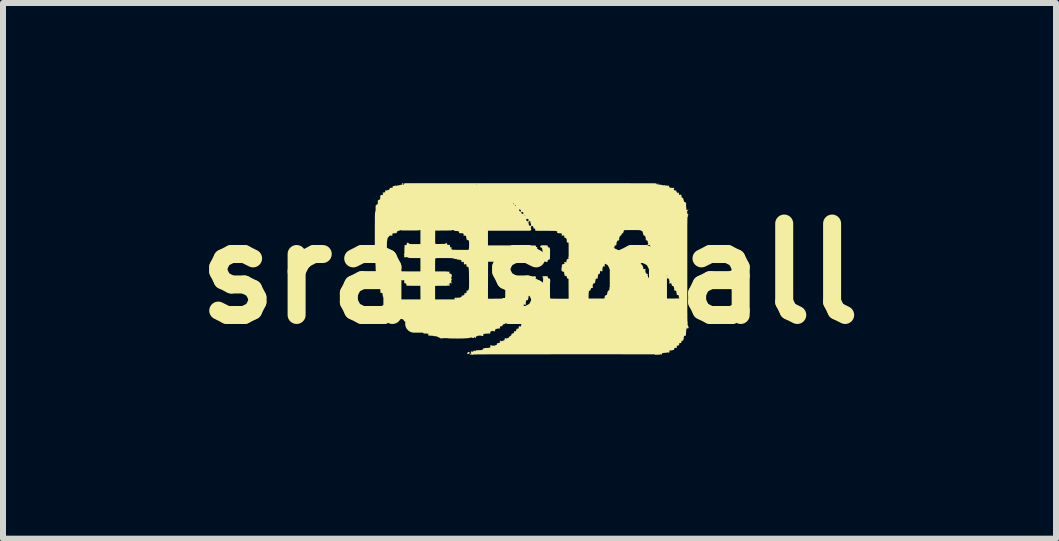
<source format=kicad_pcb>
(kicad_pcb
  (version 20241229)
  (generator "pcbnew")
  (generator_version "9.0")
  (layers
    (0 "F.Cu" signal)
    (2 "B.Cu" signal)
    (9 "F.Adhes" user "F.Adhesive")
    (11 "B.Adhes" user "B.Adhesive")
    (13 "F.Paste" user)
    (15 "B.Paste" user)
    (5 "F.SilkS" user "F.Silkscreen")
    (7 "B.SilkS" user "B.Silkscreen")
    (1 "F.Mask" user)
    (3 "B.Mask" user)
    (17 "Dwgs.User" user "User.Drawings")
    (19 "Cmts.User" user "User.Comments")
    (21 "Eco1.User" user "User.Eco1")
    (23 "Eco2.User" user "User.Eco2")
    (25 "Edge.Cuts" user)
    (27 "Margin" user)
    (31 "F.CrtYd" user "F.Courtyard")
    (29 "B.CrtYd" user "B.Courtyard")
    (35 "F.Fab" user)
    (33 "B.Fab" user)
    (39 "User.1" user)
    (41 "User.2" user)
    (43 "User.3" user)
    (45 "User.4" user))
  (footprint "sra_small"
    (layer "F.Cu")
    (at 5.777 1.511)
    (property "Reference" "sra_small" (at 0 0 0) (layer "F.SilkS") (effects (font (size 1.524 1.524) (thickness 0.3))))
    (attr board_only exclude_from_pos_files exclude_from_bom)
    (fp_poly (pts (xy -2.589 -0.239) (xy -2.591 -0.237) (xy -2.593 -0.239) (xy -2.591 -0.241)) (stroke (width 0) (type solid)) (fill yes) (layer "F.SilkS"))
    (fp_poly (pts (xy -2.574 -0.08) (xy -2.576 -0.078) (xy -2.578 -0.08) (xy -2.576 -0.081)) (stroke (width 0) (type solid)) (fill yes) (layer "F.SilkS"))
    (fp_poly (pts (xy -2.574 -0.009) (xy -2.576 -0.007) (xy -2.578 -0.009) (xy -2.576 -0.011)) (stroke (width 0) (type solid)) (fill yes) (layer "F.SilkS"))
    (fp_poly (pts (xy -2.574 0.002) (xy -2.576 0.004) (xy -2.578 0.002) (xy -2.576 0)) (stroke (width 0) (type solid)) (fill yes) (layer "F.SilkS"))
    (fp_poly (pts (xy -2.544 0.091) (xy -2.546 0.093) (xy -2.548 0.091) (xy -2.546 0.089)) (stroke (width 0) (type solid)) (fill yes) (layer "F.SilkS"))
    (fp_poly (pts (xy -2.541 -1.176) (xy -2.543 -1.174) (xy -2.544 -1.176) (xy -2.543 -1.178)) (stroke (width 0) (type solid)) (fill yes) (layer "F.SilkS"))
    (fp_poly (pts (xy -2.541 -1.154) (xy -2.543 -1.152) (xy -2.544 -1.154) (xy -2.543 -1.156)) (stroke (width 0) (type solid)) (fill yes) (layer "F.SilkS"))
    (fp_poly (pts (xy -2.533 0.08) (xy -2.535 0.081) (xy -2.537 0.08) (xy -2.535 0.078)) (stroke (width 0) (type solid)) (fill yes) (layer "F.SilkS"))
    (fp_poly (pts (xy -2.533 0.113) (xy -2.535 0.115) (xy -2.537 0.113) (xy -2.535 0.111)) (stroke (width 0) (type solid)) (fill yes) (layer "F.SilkS"))
    (fp_poly (pts (xy -2.522 -1.235) (xy -2.524 -1.233) (xy -2.526 -1.235) (xy -2.524 -1.237)) (stroke (width 0) (type solid)) (fill yes) (layer "F.SilkS"))
    (fp_poly (pts (xy -2.485 0.294) (xy -2.487 0.296) (xy -2.489 0.294) (xy -2.487 0.293)) (stroke (width 0) (type solid)) (fill yes) (layer "F.SilkS"))
    (fp_poly (pts (xy -2.363 0.487) (xy -2.365 0.489) (xy -2.367 0.487) (xy -2.365 0.485)) (stroke (width 0) (type solid)) (fill yes) (layer "F.SilkS"))
    (fp_poly (pts (xy -2.356 0.309) (xy -2.357 0.311) (xy -2.359 0.309) (xy -2.357 0.307)) (stroke (width 0) (type solid)) (fill yes) (layer "F.SilkS"))
    (fp_poly (pts (xy -2.352 -1.394) (xy -2.354 -1.393) (xy -2.356 -1.394) (xy -2.354 -1.396)) (stroke (width 0) (type solid)) (fill yes) (layer "F.SilkS"))
    (fp_poly (pts (xy -2.341 -1.409) (xy -2.343 -1.407) (xy -2.344 -1.409) (xy -2.343 -1.411)) (stroke (width 0) (type solid)) (fill yes) (layer "F.SilkS"))
    (fp_poly (pts (xy -2.337 -1.45) (xy -2.339 -1.448) (xy -2.341 -1.45) (xy -2.339 -1.452)) (stroke (width 0) (type solid)) (fill yes) (layer "F.SilkS"))
    (fp_poly (pts (xy -2.337 -0.176) (xy -2.339 -0.174) (xy -2.341 -0.176) (xy -2.339 -0.178)) (stroke (width 0) (type solid)) (fill yes) (layer "F.SilkS"))
    (fp_poly (pts (xy -2.311 0.331) (xy -2.313 0.333) (xy -2.315 0.331) (xy -2.313 0.33)) (stroke (width 0) (type solid)) (fill yes) (layer "F.SilkS"))
    (fp_poly (pts (xy -2.307 0.583) (xy -2.309 0.585) (xy -2.311 0.583) (xy -2.309 0.581)) (stroke (width 0) (type solid)) (fill yes) (layer "F.SilkS"))
    (fp_poly (pts (xy -2.304 -1.45) (xy -2.306 -1.448) (xy -2.307 -1.45) (xy -2.306 -1.452)) (stroke (width 0) (type solid)) (fill yes) (layer "F.SilkS"))
    (fp_poly (pts (xy -2.252 -0.665) (xy -2.254 -0.663) (xy -2.256 -0.665) (xy -2.254 -0.667)) (stroke (width 0) (type solid)) (fill yes) (layer "F.SilkS"))
    (fp_poly (pts (xy -2.222 0.391) (xy -2.224 0.393) (xy -2.226 0.391) (xy -2.224 0.389)) (stroke (width 0) (type solid)) (fill yes) (layer "F.SilkS"))
    (fp_poly (pts (xy -2.196 -1.476) (xy -2.198 -1.474) (xy -2.2 -1.476) (xy -2.198 -1.478)) (stroke (width 0) (type solid)) (fill yes) (layer "F.SilkS"))
    (fp_poly (pts (xy -2.193 -0.706) (xy -2.194 -0.704) (xy -2.196 -0.706) (xy -2.194 -0.707)) (stroke (width 0) (type solid)) (fill yes) (layer "F.SilkS"))
    (fp_poly (pts (xy -2.13 -1.502) (xy -2.131 -1.5) (xy -2.133 -1.502) (xy -2.131 -1.504)) (stroke (width 0) (type solid)) (fill yes) (layer "F.SilkS"))
    (fp_poly (pts (xy -2.1 -0.324) (xy -2.102 -0.322) (xy -2.104 -0.324) (xy -2.102 -0.326)) (stroke (width 0) (type solid)) (fill yes) (layer "F.SilkS"))
    (fp_poly (pts (xy -2.093 -0.417) (xy -2.094 -0.415) (xy -2.096 -0.417) (xy -2.094 -0.419)) (stroke (width 0) (type solid)) (fill yes) (layer "F.SilkS"))
    (fp_poly (pts (xy -2.059 0.813) (xy -2.061 0.815) (xy -2.063 0.813) (xy -2.061 0.811)) (stroke (width 0) (type solid)) (fill yes) (layer "F.SilkS"))
    (fp_poly (pts (xy -2.03 -0.265) (xy -2.031 -0.263) (xy -2.033 -0.265) (xy -2.031 -0.267)) (stroke (width 0) (type solid)) (fill yes) (layer "F.SilkS"))
    (fp_poly (pts (xy -2.019 -0.254) (xy -2.02 -0.252) (xy -2.022 -0.254) (xy -2.02 -0.256)) (stroke (width 0) (type solid)) (fill yes) (layer "F.SilkS"))
    (fp_poly (pts (xy -1.996 -0.498) (xy -1.998 -0.496) (xy -2 -0.498) (xy -1.998 -0.5)) (stroke (width 0) (type solid)) (fill yes) (layer "F.SilkS"))
    (fp_poly (pts (xy -1.989 -0.246) (xy -1.991 -0.244) (xy -1.993 -0.246) (xy -1.991 -0.248)) (stroke (width 0) (type solid)) (fill yes) (layer "F.SilkS"))
    (fp_poly (pts (xy -1.893 0.924) (xy -1.894 0.926) (xy -1.896 0.924) (xy -1.894 0.922)) (stroke (width 0) (type solid)) (fill yes) (layer "F.SilkS"))
    (fp_poly (pts (xy -1.893 0.946) (xy -1.894 0.948) (xy -1.896 0.946) (xy -1.894 0.944)) (stroke (width 0) (type solid)) (fill yes) (layer "F.SilkS"))
    (fp_poly (pts (xy -1.867 0.935) (xy -1.869 0.937) (xy -1.87 0.935) (xy -1.869 0.933)) (stroke (width 0) (type solid)) (fill yes) (layer "F.SilkS"))
    (fp_poly (pts (xy -1.833 -0.502) (xy -1.835 -0.5) (xy -1.837 -0.502) (xy -1.835 -0.504)) (stroke (width 0) (type solid)) (fill yes) (layer "F.SilkS"))
    (fp_poly (pts (xy -1.826 -0.243) (xy -1.828 -0.241) (xy -1.83 -0.243) (xy -1.828 -0.244)) (stroke (width 0) (type solid)) (fill yes) (layer "F.SilkS"))
    (fp_poly (pts (xy -1.77 1.002) (xy -1.772 1.004) (xy -1.774 1.002) (xy -1.772 1)) (stroke (width 0) (type solid)) (fill yes) (layer "F.SilkS"))
    (fp_poly (pts (xy -1.474 1.091) (xy -1.476 1.093) (xy -1.478 1.091) (xy -1.476 1.089)) (stroke (width 0) (type solid)) (fill yes) (layer "F.SilkS"))
    (fp_poly (pts (xy -1.393 1.087) (xy -1.394 1.089) (xy -1.396 1.087) (xy -1.394 1.085)) (stroke (width 0) (type solid)) (fill yes) (layer "F.SilkS"))
    (fp_poly (pts (xy -1.381 1.08) (xy -1.383 1.081) (xy -1.385 1.08) (xy -1.383 1.078)) (stroke (width 0) (type solid)) (fill yes) (layer "F.SilkS"))
    (fp_poly (pts (xy -1.315 1.087) (xy -1.317 1.089) (xy -1.319 1.087) (xy -1.317 1.085)) (stroke (width 0) (type solid)) (fill yes) (layer "F.SilkS"))
    (fp_poly (pts (xy -1.259 -0.239) (xy -1.261 -0.237) (xy -1.263 -0.239) (xy -1.261 -0.241)) (stroke (width 0) (type solid)) (fill yes) (layer "F.SilkS"))
    (fp_poly (pts (xy -1.259 0.424) (xy -1.261 0.426) (xy -1.263 0.424) (xy -1.261 0.422)) (stroke (width 0) (type solid)) (fill yes) (layer "F.SilkS"))
    (fp_poly (pts (xy -1.17 -0.213) (xy -1.172 -0.211) (xy -1.174 -0.213) (xy -1.172 -0.215)) (stroke (width 0) (type solid)) (fill yes) (layer "F.SilkS"))
    (fp_poly (pts (xy -1.159 -0.209) (xy -1.161 -0.207) (xy -1.163 -0.209) (xy -1.161 -0.211)) (stroke (width 0) (type solid)) (fill yes) (layer "F.SilkS"))
    (fp_poly (pts (xy -1.156 1.094) (xy -1.157 1.096) (xy -1.159 1.094) (xy -1.157 1.093)) (stroke (width 0) (type solid)) (fill yes) (layer "F.SilkS"))
    (fp_poly (pts (xy -1.148 0.391) (xy -1.15 0.393) (xy -1.152 0.391) (xy -1.15 0.389)) (stroke (width 0) (type solid)) (fill yes) (layer "F.SilkS"))
    (fp_poly (pts (xy -1.141 -0.654) (xy -1.143 -0.652) (xy -1.144 -0.654) (xy -1.143 -0.656)) (stroke (width 0) (type solid)) (fill yes) (layer "F.SilkS"))
    (fp_poly (pts (xy -1.056 0.306) (xy -1.057 0.307) (xy -1.059 0.306) (xy -1.057 0.304)) (stroke (width 0) (type solid)) (fill yes) (layer "F.SilkS"))
    (fp_poly (pts (xy -1.048 1.083) (xy -1.05 1.085) (xy -1.052 1.083) (xy -1.05 1.081)) (stroke (width 0) (type solid)) (fill yes) (layer "F.SilkS"))
    (fp_poly (pts (xy -1.026 -0.102) (xy -1.028 -0.1) (xy -1.03 -0.102) (xy -1.028 -0.104)) (stroke (width 0) (type solid)) (fill yes) (layer "F.SilkS"))
    (fp_poly (pts (xy -1.026 1.361) (xy -1.028 1.363) (xy -1.03 1.361) (xy -1.028 1.359)) (stroke (width 0) (type solid)) (fill yes) (layer "F.SilkS"))
    (fp_poly (pts (xy -1.015 1.083) (xy -1.017 1.085) (xy -1.019 1.083) (xy -1.017 1.081)) (stroke (width 0) (type solid)) (fill yes) (layer "F.SilkS"))
    (fp_poly (pts (xy -0.993 1.309) (xy -0.994 1.311) (xy -0.996 1.309) (xy -0.994 1.307)) (stroke (width 0) (type solid)) (fill yes) (layer "F.SilkS"))
    (fp_poly (pts (xy -0.944 1.357) (xy -0.946 1.359) (xy -0.948 1.357) (xy -0.946 1.356)) (stroke (width 0) (type solid)) (fill yes) (layer "F.SilkS"))
    (fp_poly (pts (xy -0.915 1.061) (xy -0.917 1.063) (xy -0.919 1.061) (xy -0.917 1.059)) (stroke (width 0) (type solid)) (fill yes) (layer "F.SilkS"))
    (fp_poly (pts (xy -0.885 1.057) (xy -0.887 1.059) (xy -0.889 1.057) (xy -0.887 1.056)) (stroke (width 0) (type solid)) (fill yes) (layer "F.SilkS"))
    (fp_poly (pts (xy -0.841 1.035) (xy -0.843 1.037) (xy -0.844 1.035) (xy -0.843 1.033)) (stroke (width 0) (type solid)) (fill yes) (layer "F.SilkS"))
    (fp_poly (pts (xy -0.789 1.25) (xy -0.791 1.252) (xy -0.793 1.25) (xy -0.791 1.248)) (stroke (width 0) (type solid)) (fill yes) (layer "F.SilkS"))
    (fp_poly (pts (xy -0.681 0.391) (xy -0.683 0.393) (xy -0.685 0.391) (xy -0.683 0.389)) (stroke (width 0) (type solid)) (fill yes) (layer "F.SilkS"))
    (fp_poly (pts (xy -0.681 0.406) (xy -0.683 0.407) (xy -0.685 0.406) (xy -0.683 0.404)) (stroke (width 0) (type solid)) (fill yes) (layer "F.SilkS"))
    (fp_poly (pts (xy -0.681 1.002) (xy -0.683 1.004) (xy -0.685 1.002) (xy -0.683 1)) (stroke (width 0) (type solid)) (fill yes) (layer "F.SilkS"))
    (fp_poly (pts (xy -0.681 1.224) (xy -0.683 1.226) (xy -0.685 1.224) (xy -0.683 1.222)) (stroke (width 0) (type solid)) (fill yes) (layer "F.SilkS"))
    (fp_poly (pts (xy -0.644 0.972) (xy -0.646 0.974) (xy -0.648 0.972) (xy -0.646 0.97)) (stroke (width 0) (type solid)) (fill yes) (layer "F.SilkS"))
    (fp_poly (pts (xy -0.637 1.191) (xy -0.639 1.193) (xy -0.641 1.191) (xy -0.639 1.189)) (stroke (width 0) (type solid)) (fill yes) (layer "F.SilkS"))
    (fp_poly (pts (xy -0.559 1.172) (xy -0.561 1.174) (xy -0.563 1.172) (xy -0.561 1.17)) (stroke (width 0) (type solid)) (fill yes) (layer "F.SilkS"))
    (fp_poly (pts (xy -0.552 0.931) (xy -0.554 0.933) (xy -0.556 0.931) (xy -0.554 0.93)) (stroke (width 0) (type solid)) (fill yes) (layer "F.SilkS"))
    (fp_poly (pts (xy -0.552 1.165) (xy -0.554 1.167) (xy -0.556 1.165) (xy -0.554 1.163)) (stroke (width 0) (type solid)) (fill yes) (layer "F.SilkS"))
    (fp_poly (pts (xy -0.478 0.917) (xy -0.48 0.919) (xy -0.481 0.917) (xy -0.48 0.915)) (stroke (width 0) (type solid)) (fill yes) (layer "F.SilkS"))
    (fp_poly (pts (xy -0.444 0.88) (xy -0.446 0.881) (xy -0.448 0.88) (xy -0.446 0.878)) (stroke (width 0) (type solid)) (fill yes) (layer "F.SilkS"))
    (fp_poly (pts (xy -0.43 1.106) (xy -0.431 1.107) (xy -0.433 1.106) (xy -0.431 1.104)) (stroke (width 0) (type solid)) (fill yes) (layer "F.SilkS"))
    (fp_poly (pts (xy -0.422 1.098) (xy -0.424 1.1) (xy -0.426 1.098) (xy -0.424 1.096)) (stroke (width 0) (type solid)) (fill yes) (layer "F.SilkS"))
    (fp_poly (pts (xy -0.419 1.106) (xy -0.42 1.107) (xy -0.422 1.106) (xy -0.42 1.104)) (stroke (width 0) (type solid)) (fill yes) (layer "F.SilkS"))
    (fp_poly (pts (xy -0.411 0.031) (xy -0.413 0.033) (xy -0.415 0.031) (xy -0.413 0.03)) (stroke (width 0) (type solid)) (fill yes) (layer "F.SilkS"))
    (fp_poly (pts (xy -0.374 1.069) (xy -0.376 1.07) (xy -0.378 1.069) (xy -0.376 1.067)) (stroke (width 0) (type solid)) (fill yes) (layer "F.SilkS"))
    (fp_poly (pts (xy -0.33 0.791) (xy -0.331 0.793) (xy -0.333 0.791) (xy -0.331 0.789)) (stroke (width 0) (type solid)) (fill yes) (layer "F.SilkS"))
    (fp_poly (pts (xy -0.307 1.024) (xy -0.309 1.026) (xy -0.311 1.024) (xy -0.309 1.022)) (stroke (width 0) (type solid)) (fill yes) (layer "F.SilkS"))
    (fp_poly (pts (xy -0.293 0.769) (xy -0.294 0.77) (xy -0.296 0.769) (xy -0.294 0.767)) (stroke (width 0) (type solid)) (fill yes) (layer "F.SilkS"))
    (fp_poly (pts (xy -0.263 0.965) (xy -0.265 0.967) (xy -0.267 0.965) (xy -0.265 0.963)) (stroke (width 0) (type solid)) (fill yes) (layer "F.SilkS"))
    (fp_poly (pts (xy -0.263 0.991) (xy -0.265 0.993) (xy -0.267 0.991) (xy -0.265 0.989)) (stroke (width 0) (type solid)) (fill yes) (layer "F.SilkS"))
    (fp_poly (pts (xy -0.233 0.95) (xy -0.235 0.952) (xy -0.237 0.95) (xy -0.235 0.948)) (stroke (width 0) (type solid)) (fill yes) (layer "F.SilkS"))
    (fp_poly (pts (xy -0.167 0.617) (xy -0.169 0.619) (xy -0.17 0.617) (xy -0.169 0.615)) (stroke (width 0) (type solid)) (fill yes) (layer "F.SilkS"))
    (fp_poly (pts (xy -0.159 0.617) (xy -0.161 0.619) (xy -0.163 0.617) (xy -0.161 0.615)) (stroke (width 0) (type solid)) (fill yes) (layer "F.SilkS"))
    (fp_poly (pts (xy -0.156 -1.043) (xy -0.157 -1.041) (xy -0.159 -1.043) (xy -0.157 -1.044)) (stroke (width 0) (type solid)) (fill yes) (layer "F.SilkS"))
    (fp_poly (pts (xy -0.148 0.865) (xy -0.15 0.867) (xy -0.152 0.865) (xy -0.15 0.863)) (stroke (width 0) (type solid)) (fill yes) (layer "F.SilkS"))
    (fp_poly (pts (xy -0.141 0.865) (xy -0.143 0.867) (xy -0.144 0.865) (xy -0.143 0.863)) (stroke (width 0) (type solid)) (fill yes) (layer "F.SilkS"))
    (fp_poly (pts (xy -0.122 -1.002) (xy -0.124 -1) (xy -0.126 -1.002) (xy -0.124 -1.004)) (stroke (width 0) (type solid)) (fill yes) (layer "F.SilkS"))
    (fp_poly (pts (xy -0.119 -0.18) (xy -0.12 -0.178) (xy -0.122 -0.18) (xy -0.12 -0.181)) (stroke (width 0) (type solid)) (fill yes) (layer "F.SilkS"))
    (fp_poly (pts (xy -0.111 -1.009) (xy -0.113 -1.007) (xy -0.115 -1.009) (xy -0.113 -1.011)) (stroke (width 0) (type solid)) (fill yes) (layer "F.SilkS"))
    (fp_poly (pts (xy -0.107 0.831) (xy -0.109 0.833) (xy -0.111 0.831) (xy -0.109 0.83)) (stroke (width 0) (type solid)) (fill yes) (layer "F.SilkS"))
    (fp_poly (pts (xy -0.059 0.743) (xy -0.061 0.744) (xy -0.063 0.743) (xy -0.061 0.741)) (stroke (width 0) (type solid)) (fill yes) (layer "F.SilkS"))
    (fp_poly (pts (xy -0.044 0.75) (xy -0.046 0.752) (xy -0.048 0.75) (xy -0.046 0.748)) (stroke (width 0) (type solid)) (fill yes) (layer "F.SilkS"))
    (fp_poly (pts (xy -0.03 -0.898) (xy -0.031 -0.896) (xy -0.033 -0.898) (xy -0.031 -0.9)) (stroke (width 0) (type solid)) (fill yes) (layer "F.SilkS"))
    (fp_poly (pts (xy 0.007 0.661) (xy 0.006 0.663) (xy 0.004 0.661) (xy 0.006 0.659)) (stroke (width 0) (type solid)) (fill yes) (layer "F.SilkS"))
    (fp_poly (pts (xy 0.015 -0.831) (xy 0.013 -0.83) (xy 0.011 -0.831) (xy 0.013 -0.833)) (stroke (width 0) (type solid)) (fill yes) (layer "F.SilkS"))
    (fp_poly (pts (xy 0.037 0.624) (xy 0.035 0.626) (xy 0.033 0.624) (xy 0.035 0.622)) (stroke (width 0) (type solid)) (fill yes) (layer "F.SilkS"))
    (fp_poly (pts (xy 0.074 0.265) (xy 0.072 0.267) (xy 0.07 0.265) (xy 0.072 0.263)) (stroke (width 0) (type solid)) (fill yes) (layer "F.SilkS"))
    (fp_poly (pts (xy 0.081 0.172) (xy 0.08 0.174) (xy 0.078 0.172) (xy 0.08 0.17)) (stroke (width 0) (type solid)) (fill yes) (layer "F.SilkS"))
    (fp_poly (pts (xy 0.081 0.183) (xy 0.08 0.185) (xy 0.078 0.183) (xy 0.08 0.181)) (stroke (width 0) (type solid)) (fill yes) (layer "F.SilkS"))
    (fp_poly (pts (xy 0.081 0.198) (xy 0.08 0.2) (xy 0.078 0.198) (xy 0.08 0.196)) (stroke (width 0) (type solid)) (fill yes) (layer "F.SilkS"))
    (fp_poly (pts (xy 0.093 0.498) (xy 0.091 0.5) (xy 0.089 0.498) (xy 0.091 0.496)) (stroke (width 0) (type solid)) (fill yes) (layer "F.SilkS"))
    (fp_poly (pts (xy 0.093 0.554) (xy 0.091 0.556) (xy 0.089 0.554) (xy 0.091 0.552)) (stroke (width 0) (type solid)) (fill yes) (layer "F.SilkS"))
    (fp_poly (pts (xy 0.111 0.039) (xy 0.109 0.041) (xy 0.107 0.039) (xy 0.109 0.037)) (stroke (width 0) (type solid)) (fill yes) (layer "F.SilkS"))
    (fp_poly (pts (xy 0.111 0.083) (xy 0.109 0.085) (xy 0.107 0.083) (xy 0.109 0.081)) (stroke (width 0) (type solid)) (fill yes) (layer "F.SilkS"))
    (fp_poly (pts (xy 0.119 -0.461) (xy 0.117 -0.459) (xy 0.115 -0.461) (xy 0.117 -0.463)) (stroke (width 0) (type solid)) (fill yes) (layer "F.SilkS"))
    (fp_poly (pts (xy 0.126 0.413) (xy 0.124 0.415) (xy 0.122 0.413) (xy 0.124 0.411)) (stroke (width 0) (type solid)) (fill yes) (layer "F.SilkS"))
    (fp_poly (pts (xy 0.148 -0.387) (xy 0.146 -0.385) (xy 0.144 -0.387) (xy 0.146 -0.389)) (stroke (width 0) (type solid)) (fill yes) (layer "F.SilkS"))
    (fp_poly (pts (xy 0.148 -0.372) (xy 0.146 -0.37) (xy 0.144 -0.372) (xy 0.146 -0.374)) (stroke (width 0) (type solid)) (fill yes) (layer "F.SilkS"))
    (fp_poly (pts (xy 0.159 0.357) (xy 0.157 0.359) (xy 0.156 0.357) (xy 0.157 0.356)) (stroke (width 0) (type solid)) (fill yes) (layer "F.SilkS"))
    (fp_poly (pts (xy 0.159 0.391) (xy 0.157 0.393) (xy 0.156 0.391) (xy 0.157 0.389)) (stroke (width 0) (type solid)) (fill yes) (layer "F.SilkS"))
    (fp_poly (pts (xy 0.211 -0.324) (xy 0.209 -0.322) (xy 0.207 -0.324) (xy 0.209 -0.326)) (stroke (width 0) (type solid)) (fill yes) (layer "F.SilkS"))
    (fp_poly (pts (xy 0.211 -0.294) (xy 0.209 -0.293) (xy 0.207 -0.294) (xy 0.209 -0.296)) (stroke (width 0) (type solid)) (fill yes) (layer "F.SilkS"))
    (fp_poly (pts (xy 0.211 -0.217) (xy 0.209 -0.215) (xy 0.207 -0.217) (xy 0.209 -0.219)) (stroke (width 0) (type solid)) (fill yes) (layer "F.SilkS"))
    (fp_poly (pts (xy 0.211 0.15) (xy 0.209 0.152) (xy 0.207 0.15) (xy 0.209 0.148)) (stroke (width 0) (type solid)) (fill yes) (layer "F.SilkS"))
    (fp_poly (pts (xy 0.211 0.161) (xy 0.209 0.163) (xy 0.207 0.161) (xy 0.209 0.159)) (stroke (width 0) (type solid)) (fill yes) (layer "F.SilkS"))
    (fp_poly (pts (xy 0.211 0.198) (xy 0.209 0.2) (xy 0.207 0.198) (xy 0.209 0.196)) (stroke (width 0) (type solid)) (fill yes) (layer "F.SilkS"))
    (fp_poly (pts (xy 0.23 0.031) (xy 0.228 0.033) (xy 0.226 0.031) (xy 0.228 0.03)) (stroke (width 0) (type solid)) (fill yes) (layer "F.SilkS"))
    (fp_poly (pts (xy 0.27 0.031) (xy 0.269 0.033) (xy 0.267 0.031) (xy 0.269 0.03)) (stroke (width 0) (type solid)) (fill yes) (layer "F.SilkS"))
    (fp_poly (pts (xy 0.319 -0.228) (xy 0.317 -0.226) (xy 0.315 -0.228) (xy 0.317 -0.23)) (stroke (width 0) (type solid)) (fill yes) (layer "F.SilkS"))
    (fp_poly (pts (xy 0.348 -0.428) (xy 0.346 -0.426) (xy 0.344 -0.428) (xy 0.346 -0.43)) (stroke (width 0) (type solid)) (fill yes) (layer "F.SilkS"))
    (fp_poly (pts (xy 0.348 -0.409) (xy 0.346 -0.407) (xy 0.344 -0.409) (xy 0.346 -0.411)) (stroke (width 0) (type solid)) (fill yes) (layer "F.SilkS"))
    (fp_poly (pts (xy 0.352 0.106) (xy 0.35 0.107) (xy 0.348 0.106) (xy 0.35 0.104)) (stroke (width 0) (type solid)) (fill yes) (layer "F.SilkS"))
    (fp_poly (pts (xy 0.356 -0.394) (xy 0.354 -0.393) (xy 0.352 -0.394) (xy 0.354 -0.396)) (stroke (width 0) (type solid)) (fill yes) (layer "F.SilkS"))
    (fp_poly (pts (xy 0.452 -0.702) (xy 0.45 -0.7) (xy 0.448 -0.702) (xy 0.45 -0.704)) (stroke (width 0) (type solid)) (fill yes) (layer "F.SilkS"))
    (fp_poly (pts (xy 0.519 -0.657) (xy 0.517 -0.656) (xy 0.515 -0.657) (xy 0.517 -0.659)) (stroke (width 0) (type solid)) (fill yes) (layer "F.SilkS"))
    (fp_poly (pts (xy 0.548 -0.031) (xy 0.546 -0.03) (xy 0.544 -0.031) (xy 0.546 -0.033)) (stroke (width 0) (type solid)) (fill yes) (layer "F.SilkS"))
    (fp_poly (pts (xy 0.57 -0.013) (xy 0.569 -0.011) (xy 0.567 -0.013) (xy 0.569 -0.015)) (stroke (width 0) (type solid)) (fill yes) (layer "F.SilkS"))
    (fp_poly (pts (xy 0.578 -0.206) (xy 0.576 -0.204) (xy 0.574 -0.206) (xy 0.576 -0.207)) (stroke (width 0) (type solid)) (fill yes) (layer "F.SilkS"))
    (fp_poly (pts (xy 0.604 -0.206) (xy 0.602 -0.204) (xy 0.6 -0.206) (xy 0.602 -0.207)) (stroke (width 0) (type solid)) (fill yes) (layer "F.SilkS"))
    (fp_poly (pts (xy 0.993 0.298) (xy 0.991 0.3) (xy 0.989 0.298) (xy 0.991 0.296)) (stroke (width 0) (type solid)) (fill yes) (layer "F.SilkS"))
    (fp_poly (pts (xy 1.115 0.106) (xy 1.113 0.107) (xy 1.111 0.106) (xy 1.113 0.104)) (stroke (width 0) (type solid)) (fill yes) (layer "F.SilkS"))
    (fp_poly (pts (xy 1.181 -0.043) (xy 1.18 -0.041) (xy 1.178 -0.043) (xy 1.18 -0.044)) (stroke (width 0) (type solid)) (fill yes) (layer "F.SilkS"))
    (fp_poly (pts (xy 1.185 -0.02) (xy 1.183 -0.019) (xy 1.181 -0.02) (xy 1.183 -0.022)) (stroke (width 0) (type solid)) (fill yes) (layer "F.SilkS"))
    (fp_poly (pts (xy 1.189 -0.031) (xy 1.187 -0.03) (xy 1.185 -0.031) (xy 1.187 -0.033)) (stroke (width 0) (type solid)) (fill yes) (layer "F.SilkS"))
    (fp_poly (pts (xy 1.23 -0.061) (xy 1.228 -0.059) (xy 1.226 -0.061) (xy 1.228 -0.063)) (stroke (width 0) (type solid)) (fill yes) (layer "F.SilkS"))
    (fp_poly (pts (xy 1.267 -0.169) (xy 1.265 -0.167) (xy 1.263 -0.169) (xy 1.265 -0.17)) (stroke (width 0) (type solid)) (fill yes) (layer "F.SilkS"))
    (fp_poly (pts (xy 1.27 -0.187) (xy 1.269 -0.185) (xy 1.267 -0.187) (xy 1.269 -0.189)) (stroke (width 0) (type solid)) (fill yes) (layer "F.SilkS"))
    (fp_poly (pts (xy 1.285 0.346) (xy 1.283 0.348) (xy 1.281 0.346) (xy 1.283 0.344)) (stroke (width 0) (type solid)) (fill yes) (layer "F.SilkS"))
    (fp_poly (pts (xy 1.307 0.269) (xy 1.306 0.27) (xy 1.304 0.269) (xy 1.306 0.267)) (stroke (width 0) (type solid)) (fill yes) (layer "F.SilkS"))
    (fp_poly (pts (xy 1.315 -0.269) (xy 1.313 -0.267) (xy 1.311 -0.269) (xy 1.313 -0.27)) (stroke (width 0) (type solid)) (fill yes) (layer "F.SilkS"))
    (fp_poly (pts (xy 1.337 0.194) (xy 1.335 0.196) (xy 1.333 0.194) (xy 1.335 0.193)) (stroke (width 0) (type solid)) (fill yes) (layer "F.SilkS"))
    (fp_poly (pts (xy 1.389 -0.376) (xy 1.387 -0.374) (xy 1.385 -0.376) (xy 1.387 -0.378)) (stroke (width 0) (type solid)) (fill yes) (layer "F.SilkS"))
    (fp_poly (pts (xy 1.404 0.12) (xy 1.402 0.122) (xy 1.4 0.12) (xy 1.402 0.119)) (stroke (width 0) (type solid)) (fill yes) (layer "F.SilkS"))
    (fp_poly (pts (xy 1.422 -0.428) (xy 1.42 -0.426) (xy 1.419 -0.428) (xy 1.42 -0.43)) (stroke (width 0) (type solid)) (fill yes) (layer "F.SilkS"))
    (fp_poly (pts (xy 1.426 0.069) (xy 1.424 0.07) (xy 1.422 0.069) (xy 1.424 0.067)) (stroke (width 0) (type solid)) (fill yes) (layer "F.SilkS"))
    (fp_poly (pts (xy 1.489 -0.057) (xy 1.487 -0.056) (xy 1.485 -0.057) (xy 1.487 -0.059)) (stroke (width 0) (type solid)) (fill yes) (layer "F.SilkS"))
    (fp_poly (pts (xy 1.493 -0.046) (xy 1.491 -0.044) (xy 1.489 -0.046) (xy 1.491 -0.048)) (stroke (width 0) (type solid)) (fill yes) (layer "F.SilkS"))
    (fp_poly (pts (xy 1.5 -0.58) (xy 1.498 -0.578) (xy 1.496 -0.58) (xy 1.498 -0.581)) (stroke (width 0) (type solid)) (fill yes) (layer "F.SilkS"))
    (fp_poly (pts (xy 1.504 -0.569) (xy 1.502 -0.567) (xy 1.5 -0.569) (xy 1.502 -0.57)) (stroke (width 0) (type solid)) (fill yes) (layer "F.SilkS"))
    (fp_poly (pts (xy 1.522 -0.08) (xy 1.52 -0.078) (xy 1.519 -0.08) (xy 1.52 -0.081)) (stroke (width 0) (type solid)) (fill yes) (layer "F.SilkS"))
    (fp_poly (pts (xy 1.544 -0.12) (xy 1.543 -0.119) (xy 1.541 -0.12) (xy 1.543 -0.122)) (stroke (width 0) (type solid)) (fill yes) (layer "F.SilkS"))
    (fp_poly (pts (xy 1.548 -0.143) (xy 1.546 -0.141) (xy 1.544 -0.143) (xy 1.546 -0.144)) (stroke (width 0) (type solid)) (fill yes) (layer "F.SilkS"))
    (fp_poly (pts (xy 1.57 -0.661) (xy 1.569 -0.659) (xy 1.567 -0.661) (xy 1.569 -0.663)) (stroke (width 0) (type solid)) (fill yes) (layer "F.SilkS"))
    (fp_poly (pts (xy 1.574 -0.202) (xy 1.572 -0.2) (xy 1.57 -0.202) (xy 1.572 -0.204)) (stroke (width 0) (type solid)) (fill yes) (layer "F.SilkS"))
    (fp_poly (pts (xy 1.593 -0.198) (xy 1.591 -0.196) (xy 1.589 -0.198) (xy 1.591 -0.2)) (stroke (width 0) (type solid)) (fill yes) (layer "F.SilkS"))
    (fp_poly (pts (xy 1.604 -0.25) (xy 1.602 -0.248) (xy 1.6 -0.25) (xy 1.602 -0.252)) (stroke (width 0) (type solid)) (fill yes) (layer "F.SilkS"))
    (fp_poly (pts (xy 1.611 -0.235) (xy 1.609 -0.233) (xy 1.607 -0.235) (xy 1.609 -0.237)) (stroke (width 0) (type solid)) (fill yes) (layer "F.SilkS"))
    (fp_poly (pts (xy 1.633 -0.287) (xy 1.631 -0.285) (xy 1.63 -0.287) (xy 1.631 -0.289)) (stroke (width 0) (type solid)) (fill yes) (layer "F.SilkS"))
    (fp_poly (pts (xy 1.744 -0.372) (xy 1.743 -0.37) (xy 1.741 -0.372) (xy 1.743 -0.374)) (stroke (width 0) (type solid)) (fill yes) (layer "F.SilkS"))
    (fp_poly (pts (xy 1.807 -0.291) (xy 1.806 -0.289) (xy 1.804 -0.291) (xy 1.806 -0.293)) (stroke (width 0) (type solid)) (fill yes) (layer "F.SilkS"))
    (fp_poly (pts (xy 1.863 -0.235) (xy 1.861 -0.233) (xy 1.859 -0.235) (xy 1.861 -0.237)) (stroke (width 0) (type solid)) (fill yes) (layer "F.SilkS"))
    (fp_poly (pts (xy 1.867 -0.217) (xy 1.865 -0.215) (xy 1.863 -0.217) (xy 1.865 -0.219)) (stroke (width 0) (type solid)) (fill yes) (layer "F.SilkS"))
    (fp_poly (pts (xy 1.896 -0.143) (xy 1.894 -0.141) (xy 1.893 -0.143) (xy 1.894 -0.144)) (stroke (width 0) (type solid)) (fill yes) (layer "F.SilkS"))
    (fp_poly (pts (xy 1.907 -0.087) (xy 1.906 -0.085) (xy 1.904 -0.087) (xy 1.906 -0.089)) (stroke (width 0) (type solid)) (fill yes) (layer "F.SilkS"))
    (fp_poly (pts (xy 1.93 -0.569) (xy 1.928 -0.567) (xy 1.926 -0.569) (xy 1.928 -0.57)) (stroke (width 0) (type solid)) (fill yes) (layer "F.SilkS"))
    (fp_poly (pts (xy 1.93 -0.557) (xy 1.928 -0.556) (xy 1.926 -0.557) (xy 1.928 -0.559)) (stroke (width 0) (type solid)) (fill yes) (layer "F.SilkS"))
    (fp_poly (pts (xy 1.963 -0.539) (xy 1.961 -0.537) (xy 1.959 -0.539) (xy 1.961 -0.541)) (stroke (width 0) (type solid)) (fill yes) (layer "F.SilkS"))
    (fp_poly (pts (xy 1.967 -0.528) (xy 1.965 -0.526) (xy 1.963 -0.528) (xy 1.965 -0.53)) (stroke (width 0) (type solid)) (fill yes) (layer "F.SilkS"))
    (fp_poly (pts (xy 1.974 0.002) (xy 1.972 0.004) (xy 1.97 0.002) (xy 1.972 0)) (stroke (width 0) (type solid)) (fill yes) (layer "F.SilkS"))
    (fp_poly (pts (xy 2.078 -0.269) (xy 2.076 -0.267) (xy 2.074 -0.269) (xy 2.076 -0.27)) (stroke (width 0) (type solid)) (fill yes) (layer "F.SilkS"))
    (fp_poly (pts (xy 2.081 -0.306) (xy 2.08 -0.304) (xy 2.078 -0.306) (xy 2.08 -0.307)) (stroke (width 0) (type solid)) (fill yes) (layer "F.SilkS"))
    (fp_poly (pts (xy 2.089 -0.298) (xy 2.087 -0.296) (xy 2.085 -0.298) (xy 2.087 -0.3)) (stroke (width 0) (type solid)) (fill yes) (layer "F.SilkS"))
    (fp_poly (pts (xy 2.104 0.265) (xy 2.102 0.267) (xy 2.1 0.265) (xy 2.102 0.263)) (stroke (width 0) (type solid)) (fill yes) (layer "F.SilkS"))
    (fp_poly (pts (xy 2.115 -0.254) (xy 2.113 -0.252) (xy 2.111 -0.254) (xy 2.113 -0.256)) (stroke (width 0) (type solid)) (fill yes) (layer "F.SilkS"))
    (fp_poly (pts (xy 2.137 -1.498) (xy 2.135 -1.496) (xy 2.133 -1.498) (xy 2.135 -1.5)) (stroke (width 0) (type solid)) (fill yes) (layer "F.SilkS"))
    (fp_poly (pts (xy 2.137 -0.187) (xy 2.135 -0.185) (xy 2.133 -0.187) (xy 2.135 -0.189)) (stroke (width 0) (type solid)) (fill yes) (layer "F.SilkS"))
    (fp_poly (pts (xy 2.144 -1.509) (xy 2.143 -1.507) (xy 2.141 -1.509) (xy 2.143 -1.511)) (stroke (width 0) (type solid)) (fill yes) (layer "F.SilkS"))
    (fp_poly (pts (xy 2.167 -0.172) (xy 2.165 -0.17) (xy 2.163 -0.172) (xy 2.165 -0.174)) (stroke (width 0) (type solid)) (fill yes) (layer "F.SilkS"))
    (fp_poly (pts (xy 2.167 -0.124) (xy 2.165 -0.122) (xy 2.163 -0.124) (xy 2.165 -0.126)) (stroke (width 0) (type solid)) (fill yes) (layer "F.SilkS"))
    (fp_poly (pts (xy 2.196 -0.102) (xy 2.194 -0.1) (xy 2.193 -0.102) (xy 2.194 -0.104)) (stroke (width 0) (type solid)) (fill yes) (layer "F.SilkS"))
    (fp_poly (pts (xy 2.204 -0.109) (xy 2.202 -0.107) (xy 2.2 -0.109) (xy 2.202 -0.111)) (stroke (width 0) (type solid)) (fill yes) (layer "F.SilkS"))
    (fp_poly (pts (xy 2.233 -0.057) (xy 2.231 -0.056) (xy 2.23 -0.057) (xy 2.231 -0.059)) (stroke (width 0) (type solid)) (fill yes) (layer "F.SilkS"))
    (fp_poly (pts (xy 2.285 0.08) (xy 2.283 0.081) (xy 2.281 0.08) (xy 2.283 0.078)) (stroke (width 0) (type solid)) (fill yes) (layer "F.SilkS"))
    (fp_poly (pts (xy 2.289 0.028) (xy 2.287 0.03) (xy 2.285 0.028) (xy 2.287 0.026)) (stroke (width 0) (type solid)) (fill yes) (layer "F.SilkS"))
    (fp_poly (pts (xy 2.315 1.328) (xy 2.313 1.33) (xy 2.311 1.328) (xy 2.313 1.326)) (stroke (width 0) (type solid)) (fill yes) (layer "F.SilkS"))
    (fp_poly (pts (xy 2.319 0.098) (xy 2.317 0.1) (xy 2.315 0.098) (xy 2.317 0.096)) (stroke (width 0) (type solid)) (fill yes) (layer "F.SilkS"))
    (fp_poly (pts (xy 2.326 0.102) (xy 2.324 0.104) (xy 2.322 0.102) (xy 2.324 0.1)) (stroke (width 0) (type solid)) (fill yes) (layer "F.SilkS"))
    (fp_poly (pts (xy 2.341 1.291) (xy 2.339 1.293) (xy 2.337 1.291) (xy 2.339 1.289)) (stroke (width 0) (type solid)) (fill yes) (layer "F.SilkS"))
    (fp_poly (pts (xy 2.344 -1.443) (xy 2.343 -1.441) (xy 2.341 -1.443) (xy 2.343 -1.444)) (stroke (width 0) (type solid)) (fill yes) (layer "F.SilkS"))
    (fp_poly (pts (xy 2.404 0.265) (xy 2.402 0.267) (xy 2.4 0.265) (xy 2.402 0.263)) (stroke (width 0) (type solid)) (fill yes) (layer "F.SilkS"))
    (fp_poly (pts (xy 2.437 0.354) (xy 2.435 0.356) (xy 2.433 0.354) (xy 2.435 0.352)) (stroke (width 0) (type solid)) (fill yes) (layer "F.SilkS"))
    (fp_poly (pts (xy 2.441 -1.391) (xy 2.439 -1.389) (xy 2.437 -1.391) (xy 2.439 -1.393)) (stroke (width 0) (type solid)) (fill yes) (layer "F.SilkS"))
    (fp_poly (pts (xy 2.441 0.317) (xy 2.439 0.319) (xy 2.437 0.317) (xy 2.439 0.315)) (stroke (width 0) (type solid)) (fill yes) (layer "F.SilkS"))
    (fp_poly (pts (xy 2.444 0.291) (xy 2.443 0.293) (xy 2.441 0.291) (xy 2.443 0.289)) (stroke (width 0) (type solid)) (fill yes) (layer "F.SilkS"))
    (fp_poly (pts (xy 2.481 1.209) (xy 2.48 1.211) (xy 2.478 1.209) (xy 2.48 1.207)) (stroke (width 0) (type solid)) (fill yes) (layer "F.SilkS"))
    (fp_poly (pts (xy 2.504 -1.331) (xy 2.502 -1.33) (xy 2.5 -1.331) (xy 2.502 -1.333)) (stroke (width 0) (type solid)) (fill yes) (layer "F.SilkS"))
    (fp_poly (pts (xy 2.504 -1.32) (xy 2.502 -1.319) (xy 2.5 -1.32) (xy 2.502 -1.322)) (stroke (width 0) (type solid)) (fill yes) (layer "F.SilkS"))
    (fp_poly (pts (xy 2.541 1.154) (xy 2.539 1.156) (xy 2.537 1.154) (xy 2.539 1.152)) (stroke (width 0) (type solid)) (fill yes) (layer "F.SilkS"))
    (fp_poly (pts (xy 2.57 -1.246) (xy 2.569 -1.244) (xy 2.567 -1.246) (xy 2.569 -1.248)) (stroke (width 0) (type solid)) (fill yes) (layer "F.SilkS"))
    (fp_poly (pts (xy 2.578 1.069) (xy 2.576 1.07) (xy 2.574 1.069) (xy 2.576 1.067)) (stroke (width 0) (type solid)) (fill yes) (layer "F.SilkS"))
    (fp_poly (pts (xy 2.63 0.935) (xy 2.628 0.937) (xy 2.626 0.935) (xy 2.628 0.933)) (stroke (width 0) (type solid)) (fill yes) (layer "F.SilkS"))
    (fp_poly (pts (xy 2.633 -1.091) (xy 2.631 -1.089) (xy 2.63 -1.091) (xy 2.631 -1.093)) (stroke (width 0) (type solid)) (fill yes) (layer "F.SilkS"))
    (fp_poly (pts (xy 2.641 0.802) (xy 2.639 0.804) (xy 2.637 0.802) (xy 2.639 0.8)) (stroke (width 0) (type solid)) (fill yes) (layer "F.SilkS"))
    (fp_poly (pts (xy 2.644 -0.976) (xy 2.643 -0.974) (xy 2.641 -0.976) (xy 2.643 -0.978)) (stroke (width 0) (type solid)) (fill yes) (layer "F.SilkS"))
    (fp_poly (pts (xy 2.667 -1.094) (xy 2.665 -1.093) (xy 2.663 -1.094) (xy 2.665 -1.096)) (stroke (width 0) (type solid)) (fill yes) (layer "F.SilkS"))
    (fp_poly (pts (xy 2.667 -1.069) (xy 2.665 -1.067) (xy 2.663 -1.069) (xy 2.665 -1.07)) (stroke (width 0) (type solid)) (fill yes) (layer "F.SilkS"))
    (fp_poly (pts (xy 2.667 -0.976) (xy 2.665 -0.974) (xy 2.663 -0.976) (xy 2.665 -0.978)) (stroke (width 0) (type solid)) (fill yes) (layer "F.SilkS"))
    (fp_poly (pts (xy -2.549 0.062) (xy -2.549 0.07) (xy -2.549 0.071) (xy -2.551 0.072) (xy -2.551 0.067) (xy -2.551 0.061)) (stroke (width 0) (type solid)) (fill yes) (layer "F.SilkS"))
    (fp_poly (pts (xy -2.216 0.705) (xy -2.216 0.709) (xy -2.216 0.71) (xy -2.218 0.709) (xy -2.219 0.707) (xy -2.217 0.704)) (stroke (width 0) (type solid)) (fill yes) (layer "F.SilkS"))
    (fp_poly (pts (xy -2.201 0.698) (xy -2.202 0.7) (xy -2.204 0.7) (xy -2.207 0.699) (xy -2.206 0.698) (xy -2.202 0.697)) (stroke (width 0) (type solid)) (fill yes) (layer "F.SilkS"))
    (fp_poly (pts (xy -1.949 0.912) (xy -1.949 0.917) (xy -1.949 0.917) (xy -1.952 0.917) (xy -1.952 0.915) (xy -1.95 0.912)) (stroke (width 0) (type solid)) (fill yes) (layer "F.SilkS"))
    (fp_poly (pts (xy -1.349 1.094) (xy -1.35 1.096) (xy -1.352 1.096) (xy -1.355 1.095) (xy -1.354 1.094) (xy -1.35 1.093)) (stroke (width 0) (type solid)) (fill yes) (layer "F.SilkS"))
    (fp_poly (pts (xy -1.283 -0.402) (xy -1.283 -0.4) (xy -1.285 -0.4) (xy -1.288 -0.401) (xy -1.288 -0.402) (xy -1.283 -0.403)) (stroke (width 0) (type solid)) (fill yes) (layer "F.SilkS"))
    (fp_poly (pts (xy -1.264 -0.717) (xy -1.264 -0.713) (xy -1.264 -0.712) (xy -1.266 -0.713) (xy -1.267 -0.715) (xy -1.265 -0.718)) (stroke (width 0) (type solid)) (fill yes) (layer "F.SilkS"))
    (fp_poly (pts (xy -1.172 0.394) (xy -1.172 0.396) (xy -1.174 0.396) (xy -1.177 0.395) (xy -1.177 0.394) (xy -1.172 0.393)) (stroke (width 0) (type solid)) (fill yes) (layer "F.SilkS"))
    (fp_poly (pts (xy -0.786 1.257) (xy -0.786 1.261) (xy -0.786 1.262) (xy -0.789 1.261) (xy -0.789 1.259) (xy -0.788 1.256)) (stroke (width 0) (type solid)) (fill yes) (layer "F.SilkS"))
    (fp_poly (pts (xy -0.66 1.227) (xy -0.661 1.229) (xy -0.663 1.23) (xy -0.666 1.228) (xy -0.665 1.227) (xy -0.661 1.227)) (stroke (width 0) (type solid)) (fill yes) (layer "F.SilkS"))
    (fp_poly (pts (xy -0.423 0.853) (xy -0.423 0.857) (xy -0.423 0.858) (xy -0.426 0.858) (xy -0.426 0.856) (xy -0.425 0.853)) (stroke (width 0) (type solid)) (fill yes) (layer "F.SilkS"))
    (fp_poly (pts (xy 0.147 -0.354) (xy 0.147 -0.35) (xy 0.147 -0.349) (xy 0.145 -0.35) (xy 0.144 -0.352) (xy 0.146 -0.355)) (stroke (width 0) (type solid)) (fill yes) (layer "F.SilkS"))
    (fp_poly (pts (xy 0.632 -0.25) (xy 0.631 -0.249) (xy 0.627 -0.248) (xy 0.624 -0.249) (xy 0.625 -0.251) (xy 0.631 -0.251)) (stroke (width 0) (type solid)) (fill yes) (layer "F.SilkS"))
    (fp_poly (pts (xy 1.432 -0.462) (xy 1.432 -0.46) (xy 1.43 -0.459) (xy 1.427 -0.461) (xy 1.427 -0.462) (xy 1.432 -0.462)) (stroke (width 0) (type solid)) (fill yes) (layer "F.SilkS"))
    (fp_poly (pts (xy 2.228 -0.032) (xy 2.228 -0.03) (xy 2.226 -0.03) (xy 2.223 -0.031) (xy 2.223 -0.032) (xy 2.228 -0.033)) (stroke (width 0) (type solid)) (fill yes) (layer "F.SilkS"))
    (fp_poly (pts (xy 2.365 0.175) (xy 2.365 0.178) (xy 2.363 0.178) (xy 2.36 0.176) (xy 2.36 0.175) (xy 2.365 0.175)) (stroke (width 0) (type solid)) (fill yes) (layer "F.SilkS"))
    (fp_poly (pts (xy -1.06 1.083) (xy -1.056 1.086) (xy -1.056 1.087) (xy -1.057 1.089) (xy -1.061 1.085) (xy -1.061 1.085) (xy -1.062 1.082)) (stroke (width 0) (type solid)) (fill yes) (layer "F.SilkS"))
    (fp_poly (pts (xy 1.359 -0.328) (xy 1.363 -0.325) (xy 1.363 -0.324) (xy 1.361 -0.322) (xy 1.358 -0.326) (xy 1.357 -0.326) (xy 1.357 -0.329)) (stroke (width 0) (type solid)) (fill yes) (layer "F.SilkS"))
    (fp_poly (pts (xy 1.94 -0.028) (xy 1.944 -0.025) (xy 1.944 -0.024) (xy 1.943 -0.022) (xy 1.939 -0.026) (xy 1.939 -0.026) (xy 1.938 -0.029)) (stroke (width 0) (type solid)) (fill yes) (layer "F.SilkS"))
    (fp_poly (pts (xy 2.34 1.298) (xy 2.344 1.302) (xy 2.343 1.304) (xy 2.343 1.304) (xy 2.34 1.301) (xy 2.339 1.299) (xy 2.338 1.297)) (stroke (width 0) (type solid)) (fill yes) (layer "F.SilkS"))
    (fp_poly (pts (xy -2.557 -0.019) (xy -2.557 -0.015) (xy -2.559 -0.008) (xy -2.563 -0.006) (xy -2.565 -0.011) (xy -2.566 -0.013) (xy -2.565 -0.021) (xy -2.561 -0.022)) (stroke (width 0) (type solid)) (fill yes) (layer "F.SilkS"))
    (fp_poly (pts (xy -0.985 1.321) (xy -0.985 1.322) (xy -0.988 1.326) (xy -0.989 1.326) (xy -0.992 1.323) (xy -0.993 1.322) (xy -0.99 1.319) (xy -0.989 1.319)) (stroke (width 0) (type solid)) (fill yes) (layer "F.SilkS"))
    (fp_poly (pts (xy -0.952 1.288) (xy -0.952 1.289) (xy -0.955 1.292) (xy -0.956 1.293) (xy -0.959 1.29) (xy -0.959 1.289) (xy -0.956 1.285) (xy -0.956 1.285)) (stroke (width 0) (type solid)) (fill yes) (layer "F.SilkS"))
    (fp_poly (pts (xy -0.93 1.277) (xy -0.93 1.278) (xy -0.932 1.281) (xy -0.933 1.281) (xy -0.937 1.279) (xy -0.937 1.278) (xy -0.934 1.274) (xy -0.933 1.274)) (stroke (width 0) (type solid)) (fill yes) (layer "F.SilkS"))
    (fp_poly (pts (xy -0.027 -0.879) (xy -0.028 -0.878) (xy -0.031 -0.874) (xy -0.032 -0.874) (xy -0.032 -0.876) (xy -0.031 -0.878) (xy -0.028 -0.881) (xy -0.027 -0.881)) (stroke (width 0) (type solid)) (fill yes) (layer "F.SilkS"))
    (fp_poly (pts (xy 0.003 -0.835) (xy 0.002 -0.833) (xy -0.002 -0.83) (xy -0.002 -0.83) (xy -0.003 -0.832) (xy -0.002 -0.833) (xy 0.002 -0.837) (xy 0.002 -0.837)) (stroke (width 0) (type solid)) (fill yes) (layer "F.SilkS"))
    (fp_poly (pts (xy 1.328 -0.275) (xy 1.328 -0.274) (xy 1.324 -0.271) (xy 1.324 -0.27) (xy 1.323 -0.273) (xy 1.324 -0.274) (xy 1.328 -0.278) (xy 1.328 -0.278)) (stroke (width 0) (type solid)) (fill yes) (layer "F.SilkS"))
    (fp_poly (pts (xy 2.484 -1.361) (xy 2.483 -1.359) (xy 2.48 -1.356) (xy 2.479 -1.356) (xy 2.479 -1.358) (xy 2.48 -1.359) (xy 2.483 -1.363) (xy 2.484 -1.363)) (stroke (width 0) (type solid)) (fill yes) (layer "F.SilkS"))
    (fp_poly (pts (xy 2.652 -1.071) (xy 2.652 -1.07) (xy 2.649 -1.067) (xy 2.648 -1.067) (xy 2.645 -1.069) (xy 2.644 -1.07) (xy 2.647 -1.074) (xy 2.648 -1.074)) (stroke (width 0) (type solid)) (fill yes) (layer "F.SilkS"))
    (fp_poly (pts (xy -1.012 1.307) (xy -1.009 1.308) (xy -1 1.314) (xy -0.998 1.321) (xy -1.001 1.327) (xy -1.005 1.333) (xy -1.005 1.336) (xy -1.006 1.341) (xy -1.008 1.343) (xy -1.011 1.343) (xy -1.01 1.341) (xy -1.01 1.338) (xy -1.016 1.337) (xy -1.024 1.339) (xy -1.027 1.344) (xy -1.028 1.348) (xy -1.029 1.345) (xy -1.029 1.344) (xy -1.031 1.338) (xy -1.033 1.337) (xy -1.037 1.334) (xy -1.037 1.328) (xy -1.034 1.32) (xy -1.029 1.313) (xy -1.028 1.312) (xy -1.019 1.307)) (stroke (width 0) (type solid)) (fill yes) (layer "F.SilkS"))
    (fp_poly (pts (xy 0.247 -0.472) (xy 0.272 -0.471) (xy 0.29 -0.47) (xy 0.301 -0.469) (xy 0.306 -0.467) (xy 0.305 -0.464) (xy 0.303 -0.463) (xy 0.3 -0.459) (xy 0.303 -0.454) (xy 0.306 -0.448) (xy 0.306 -0.445) (xy 0.305 -0.441) (xy 0.306 -0.44) (xy 0.319 -0.439) (xy 0.329 -0.436) (xy 0.334 -0.434) (xy 0.337 -0.428) (xy 0.339 -0.417) (xy 0.341 -0.401) (xy 0.342 -0.378) (xy 0.342 -0.349) (xy 0.342 -0.318) (xy 0.341 -0.291) (xy 0.341 -0.271) (xy 0.34 -0.257) (xy 0.34 -0.247) (xy 0.339 -0.241) (xy 0.337 -0.238) (xy 0.335 -0.237) (xy 0.333 -0.237) (xy 0.327 -0.236) (xy 0.326 -0.234) (xy 0.323 -0.232) (xy 0.318 -0.232) (xy 0.31 -0.231) (xy 0.305 -0.224) (xy 0.305 -0.224) (xy 0.302 -0.215) (xy 0.303 -0.208) (xy 0.302 -0.202) (xy 0.298 -0.198) (xy 0.29 -0.193) (xy 0.283 -0.194) (xy 0.276 -0.196) (xy 0.268 -0.198) (xy 0.263 -0.197) (xy 0.26 -0.197) (xy 0.261 -0.2) (xy 0.261 -0.202) (xy 0.257 -0.203) (xy 0.247 -0.203) (xy 0.244 -0.202) (xy 0.231 -0.201) (xy 0.223 -0.202) (xy 0.219 -0.205) (xy 0.219 -0.205) (xy 0.216 -0.21) (xy 0.22 -0.211) (xy 0.222 -0.211) (xy 0.229 -0.213) (xy 0.231 -0.216) (xy 0.228 -0.219) (xy 0.226 -0.22) (xy 0.22 -0.223) (xy 0.219 -0.227) (xy 0.224 -0.23) (xy 0.226 -0.23) (xy 0.233 -0.233) (xy 0.237 -0.242) (xy 0.237 -0.247) (xy 0.234 -0.251) (xy 0.23 -0.252) (xy 0.224 -0.253) (xy 0.222 -0.256) (xy 0.225 -0.259) (xy 0.23 -0.259) (xy 0.236 -0.262) (xy 0.237 -0.267) (xy 0.235 -0.275) (xy 0.23 -0.285) (xy 0.224 -0.294) (xy 0.222 -0.296) (xy 0.221 -0.301) (xy 0.222 -0.304) (xy 0.225 -0.312) (xy 0.226 -0.322) (xy 0.225 -0.333) (xy 0.222 -0.341) (xy 0.218 -0.346) (xy 0.213 -0.346) (xy 0.213 -0.345) (xy 0.212 -0.345) (xy 0.213 -0.348) (xy 0.217 -0.36) (xy 0.217 -0.378) (xy 0.213 -0.4) (xy 0.212 -0.407) (xy 0.208 -0.421) (xy 0.205 -0.43) (xy 0.204 -0.431) (xy 0.33 -0.431) (xy 0.331 -0.43) (xy 0.333 -0.431) (xy 0.331 -0.433) (xy 0.33 -0.431) (xy 0.204 -0.431) (xy 0.202 -0.433) (xy 0.198 -0.434) (xy 0.195 -0.434) (xy 0.187 -0.435) (xy 0.182 -0.441) (xy 0.181 -0.443) (xy 0.178 -0.455) (xy 0.179 -0.462) (xy 0.183 -0.463) (xy 0.19 -0.466) (xy 0.192 -0.468) (xy 0.196 -0.47) (xy 0.205 -0.471) (xy 0.219 -0.472) (xy 0.239 -0.472)) (stroke (width 0) (type solid)) (fill yes) (layer "F.SilkS"))
    (fp_poly (pts (xy -2.105 -1.507) (xy -2.1 -1.503) (xy -2.1 -1.502) (xy -2.103 -1.497) (xy -2.109 -1.496) (xy -2.117 -1.494) (xy -2.119 -1.491) (xy -2.116 -1.487) (xy -2.107 -1.485) (xy -2.106 -1.485) (xy -2.096 -1.486) (xy -2.091 -1.491) (xy -0.889 -1.491) (xy -0.887 -1.486) (xy -0.885 -1.485) (xy -0.882 -1.488) (xy -0.881 -1.489) (xy -0.884 -1.494) (xy -0.885 -1.494) (xy -0.863 -1.494) (xy -0.861 -1.493) (xy -0.859 -1.494) (xy -0.861 -1.496) (xy -0.804 -1.496) (xy -0.802 -1.493) (xy -0.801 -1.494) (xy -0.801 -1.498) (xy -0.801 -1.499) (xy -0.803 -1.498) (xy -0.804 -1.496) (xy -0.861 -1.496) (xy -0.863 -1.494) (xy -0.885 -1.494) (xy -0.888 -1.494) (xy -0.889 -1.491) (xy -2.091 -1.491) (xy -2.091 -1.492) (xy -2.088 -1.496) (xy -2.083 -1.507) (xy 0.006 -1.507) (xy 0.13 -1.507) (xy 0.252 -1.507) (xy 0.373 -1.507) (xy 0.491 -1.507) (xy 0.606 -1.507) (xy 0.719 -1.507) (xy 0.83 -1.507) (xy 0.937 -1.507) (xy 1.04 -1.507) (xy 1.141 -1.507) (xy 1.237 -1.507) (xy 1.33 -1.507) (xy 1.418 -1.507) (xy 1.502 -1.507) (xy 1.582 -1.507) (xy 1.657 -1.507) (xy 1.727 -1.506) (xy 1.791 -1.506) (xy 1.85 -1.506) (xy 1.904 -1.506) (xy 1.952 -1.506) (xy 1.994 -1.506) (xy 2.029 -1.506) (xy 2.059 -1.506) (xy 2.081 -1.505) (xy 2.097 -1.505) (xy 2.105 -1.505) (xy 2.107 -1.505) (xy 2.115 -1.502) (xy 2.118 -1.497) (xy 2.119 -1.494) (xy 2.119 -1.488) (xy 2.121 -1.486) (xy 2.128 -1.488) (xy 2.131 -1.489) (xy 2.138 -1.493) (xy 2.141 -1.498) (xy 2.143 -1.503) (xy 2.144 -1.504) (xy 2.148 -1.501) (xy 2.148 -1.496) (xy 2.144 -1.492) (xy 2.144 -1.492) (xy 2.14 -1.489) (xy 2.144 -1.487) (xy 2.155 -1.485) (xy 2.171 -1.483) (xy 2.188 -1.481) (xy 2.205 -1.478) (xy 2.217 -1.475) (xy 2.232 -1.472) (xy 2.241 -1.472) (xy 2.243 -1.473) (xy 2.251 -1.475) (xy 2.258 -1.471) (xy 2.269 -1.468) (xy 2.282 -1.468) (xy 2.292 -1.469) (xy 2.296 -1.467) (xy 2.296 -1.467) (xy 2.299 -1.463) (xy 2.302 -1.463) (xy 2.307 -1.465) (xy 2.307 -1.466) (xy 2.31 -1.47) (xy 2.313 -1.472) (xy 2.317 -1.472) (xy 2.316 -1.47) (xy 2.317 -1.465) (xy 2.322 -1.46) (xy 2.328 -1.453) (xy 2.328 -1.448) (xy 2.328 -1.443) (xy 2.33 -1.443) (xy 2.333 -1.442) (xy 2.333 -1.44) (xy 2.336 -1.434) (xy 2.344 -1.431) (xy 2.352 -1.432) (xy 2.361 -1.432) (xy 2.368 -1.43) (xy 2.378 -1.427) (xy 2.391 -1.429) (xy 2.392 -1.429) (xy 2.403 -1.431) (xy 2.41 -1.428) (xy 2.411 -1.42) (xy 2.409 -1.407) (xy 2.409 -1.407) (xy 2.407 -1.397) (xy 2.407 -1.391) (xy 2.408 -1.39) (xy 2.413 -1.389) (xy 2.423 -1.387) (xy 2.43 -1.386) (xy 2.441 -1.385) (xy 2.446 -1.382) (xy 2.448 -1.378) (xy 2.448 -1.372) (xy 2.451 -1.361) (xy 2.457 -1.352) (xy 2.465 -1.347) (xy 2.474 -1.348) (xy 2.474 -1.348) (xy 2.483 -1.352) (xy 2.487 -1.349) (xy 2.488 -1.34) (xy 2.488 -1.34) (xy 2.49 -1.325) (xy 2.495 -1.316) (xy 2.503 -1.311) (xy 2.513 -1.314) (xy 2.515 -1.315) (xy 2.523 -1.317) (xy 2.529 -1.312) (xy 2.533 -1.303) (xy 2.533 -1.295) (xy 2.533 -1.282) (xy 2.533 -1.274) (xy 2.536 -1.271) (xy 2.54 -1.27) (xy 2.541 -1.27) (xy 2.546 -1.269) (xy 2.547 -1.266) (xy 2.55 -1.262) (xy 2.555 -1.26) (xy 2.561 -1.257) (xy 2.561 -1.253) (xy 2.562 -1.246) (xy 2.565 -1.238) (xy 2.569 -1.228) (xy 2.573 -1.216) (xy 2.573 -1.213) (xy 2.577 -1.2) (xy 2.584 -1.193) (xy 2.594 -1.191) (xy 2.6 -1.188) (xy 2.606 -1.18) (xy 2.611 -1.172) (xy 2.612 -1.164) (xy 2.611 -1.161) (xy 2.61 -1.158) (xy 2.609 -1.151) (xy 2.609 -1.141) (xy 2.61 -1.126) (xy 2.612 -1.104) (xy 2.613 -1.092) (xy 2.614 -1.076) (xy 2.616 -1.066) (xy 2.618 -1.061) (xy 2.621 -1.059) (xy 2.623 -1.059) (xy 2.628 -1.062) (xy 2.63 -1.065) (xy 2.631 -1.069) (xy 2.633 -1.069) (xy 2.636 -1.064) (xy 2.637 -1.055) (xy 2.636 -1.048) (xy 2.634 -1.046) (xy 2.634 -1.046) (xy 2.63 -1.045) (xy 2.628 -1.039) (xy 2.627 -1.027) (xy 2.628 -1.016) (xy 2.63 -1.004) (xy 2.632 -0.996) (xy 2.636 -0.993) (xy 2.642 -0.993) (xy 2.643 -0.993) (xy 2.65 -0.991) (xy 2.652 -0.989) (xy 2.649 -0.986) (xy 2.644 -0.985) (xy 2.639 -0.982) (xy 2.637 -0.976) (xy 2.639 -0.97) (xy 2.641 -0.969) (xy 2.644 -0.963) (xy 2.643 -0.956) (xy 2.638 -0.951) (xy 2.637 -0.951) (xy 2.636 -0.951) (xy 2.635 -0.95) (xy 2.635 -0.949) (xy 2.634 -0.947) (xy 2.634 -0.944) (xy 2.633 -0.939) (xy 2.633 -0.933) (xy 2.632 -0.925) (xy 2.632 -0.915) (xy 2.631 -0.902) (xy 2.631 -0.886) (xy 2.631 -0.867) (xy 2.631 -0.845) (xy 2.63 -0.82) (xy 2.63 -0.79) (xy 2.63 -0.756) (xy 2.63 -0.718) (xy 2.63 -0.675) (xy 2.63 -0.627) (xy 2.63 -0.574) (xy 2.63 -0.515) (xy 2.63 -0.451) (xy 2.63 -0.38) (xy 2.63 -0.303) (xy 2.63 -0.219) (xy 2.63 -0.128) (xy 2.63 -0.067) (xy 2.63 0.029) (xy 2.63 0.118) (xy 2.63 0.2) (xy 2.63 0.276) (xy 2.63 0.345) (xy 2.63 0.408) (xy 2.63 0.466) (xy 2.63 0.517) (xy 2.63 0.564) (xy 2.63 0.606) (xy 2.63 0.642) (xy 2.631 0.675) (xy 2.631 0.703) (xy 2.631 0.727) (xy 2.631 0.748) (xy 2.632 0.765) (xy 2.632 0.78) (xy 2.632 0.791) (xy 2.633 0.8) (xy 2.633 0.806) (xy 2.634 0.811) (xy 2.634 0.813) (xy 2.635 0.815) (xy 2.635 0.815) (xy 2.64 0.818) (xy 2.641 0.82) (xy 2.639 0.825) (xy 2.637 0.826) (xy 2.634 0.829) (xy 2.633 0.837) (xy 2.635 0.848) (xy 2.638 0.858) (xy 2.638 0.861) (xy 2.646 0.878) (xy 2.65 0.89) (xy 2.651 0.899) (xy 2.65 0.905) (xy 2.647 0.912) (xy 2.644 0.915) (xy 2.642 0.912) (xy 2.643 0.91) (xy 2.644 0.908) (xy 2.64 0.911) (xy 2.631 0.914) (xy 2.625 0.913) (xy 2.619 0.913) (xy 2.616 0.915) (xy 2.615 0.922) (xy 2.614 0.931) (xy 2.612 0.944) (xy 2.611 0.961) (xy 2.609 0.979) (xy 2.609 0.981) (xy 2.608 1.002) (xy 2.607 1.017) (xy 2.606 1.027) (xy 2.604 1.032) (xy 2.601 1.035) (xy 2.597 1.036) (xy 2.591 1.037) (xy 2.591 1.037) (xy 2.581 1.039) (xy 2.576 1.043) (xy 2.575 1.05) (xy 2.575 1.05) (xy 2.573 1.06) (xy 2.57 1.066) (xy 2.568 1.072) (xy 2.57 1.076) (xy 2.572 1.081) (xy 2.57 1.083) (xy 2.568 1.089) (xy 2.568 1.091) (xy 2.568 1.096) (xy 2.567 1.096) (xy 2.564 1.099) (xy 2.562 1.107) (xy 2.562 1.108) (xy 2.559 1.116) (xy 2.554 1.118) (xy 2.548 1.118) (xy 2.537 1.119) (xy 2.532 1.126) (xy 2.532 1.137) (xy 2.532 1.148) (xy 2.526 1.155) (xy 2.513 1.157) (xy 2.513 1.157) (xy 2.502 1.16) (xy 2.495 1.165) (xy 2.494 1.168) (xy 2.491 1.175) (xy 2.492 1.177) (xy 2.494 1.178) (xy 2.499 1.18) (xy 2.5 1.182) (xy 2.498 1.184) (xy 2.496 1.183) (xy 2.492 1.185) (xy 2.489 1.191) (xy 2.485 1.197) (xy 2.479 1.2) (xy 2.471 1.2) (xy 2.462 1.201) (xy 2.456 1.204) (xy 2.454 1.21) (xy 2.454 1.223) (xy 2.454 1.227) (xy 2.454 1.237) (xy 2.452 1.241) (xy 2.449 1.241) (xy 2.448 1.241) (xy 2.442 1.239) (xy 2.433 1.238) (xy 2.424 1.238) (xy 2.417 1.238) (xy 2.414 1.24) (xy 2.415 1.241) (xy 2.418 1.244) (xy 2.416 1.244) (xy 2.412 1.248) (xy 2.411 1.257) (xy 2.411 1.259) (xy 2.411 1.268) (xy 2.408 1.272) (xy 2.401 1.273) (xy 2.398 1.273) (xy 2.388 1.274) (xy 2.381 1.277) (xy 2.38 1.277) (xy 2.374 1.279) (xy 2.364 1.28) (xy 2.357 1.281) (xy 2.343 1.281) (xy 2.334 1.283) (xy 2.331 1.288) (xy 2.331 1.297) (xy 2.332 1.3) (xy 2.332 1.312) (xy 2.327 1.318) (xy 2.319 1.317) (xy 2.313 1.315) (xy 2.305 1.312) (xy 2.3 1.314) (xy 2.299 1.314) (xy 2.293 1.317) (xy 2.283 1.318) (xy 2.28 1.319) (xy 2.269 1.319) (xy 2.253 1.321) (xy 2.237 1.323) (xy 2.236 1.323) (xy 2.207 1.328) (xy 2.207 1.342) (xy 2.207 1.352) (xy 2.206 1.355) (xy 2.203 1.352) (xy 2.201 1.35) (xy 2.195 1.345) (xy 2.187 1.344) (xy 2.182 1.345) (xy 2.181 1.347) (xy 2.178 1.349) (xy 2.169 1.35) (xy 2.155 1.351) (xy 2.147 1.351) (xy 2.13 1.352) (xy 2.115 1.352) (xy 2.104 1.353) (xy 2.101 1.353) (xy 2.094 1.353) (xy 2.091 1.352) (xy 2.091 1.352) (xy 2.089 1.349) (xy 2.082 1.347) (xy 2.081 1.347) (xy 2.076 1.346) (xy 2.064 1.346) (xy 2.045 1.346) (xy 2.02 1.346) (xy 1.989 1.346) (xy 1.952 1.345) (xy 1.909 1.345) (xy 1.861 1.345) (xy 1.808 1.345) (xy 1.75 1.345) (xy 1.688 1.345) (xy 1.622 1.345) (xy 1.552 1.345) (xy 1.479 1.344) (xy 1.402 1.344) (xy 1.323 1.344) (xy 1.241 1.344) (xy 1.157 1.344) (xy 1.071 1.344) (xy 0.983 1.344) (xy 0.894 1.344) (xy 0.804 1.344) (xy 0.713 1.344) (xy 0.622 1.344) (xy 0.53 1.344) (xy 0.439 1.344) (xy 0.348 1.345) (xy 0.258 1.345) (xy 0.169 1.345) (xy 0.081 1.345) (xy -0.005 1.345) (xy -0.089 1.345) (xy -0.171 1.345) (xy -0.251 1.345) (xy -0.327 1.345) (xy -0.401 1.346) (xy -0.471 1.346) (xy -0.537 1.346) (xy -0.599 1.346) (xy -0.657 1.346) (xy -0.71 1.346) (xy -0.758 1.347) (xy -0.801 1.347) (xy -0.838 1.347) (xy -0.87 1.347) (xy -0.895 1.348) (xy -0.914 1.348) (xy -0.926 1.348) (xy -0.931 1.348) (xy -0.932 1.348) (xy -0.937 1.351) (xy -0.94 1.351) (xy -0.948 1.352) (xy -0.951 1.353) (xy -0.956 1.353) (xy -0.958 1.352) (xy -0.963 1.349) (xy -0.973 1.349) (xy -0.985 1.35) (xy -0.994 1.348) (xy -0.996 1.344) (xy -0.993 1.341) (xy -0.991 1.341) (xy -0.986 1.339) (xy 2.163 1.339) (xy 2.165 1.341) (xy 2.167 1.339) (xy 2.165 1.337) (xy 2.163 1.339) (xy -0.986 1.339) (xy -0.986 1.339) (xy -0.985 1.337) (xy -0.982 1.334) (xy -0.98 1.333) (xy -0.975 1.33) (xy -0.973 1.326) (xy -0.973 1.321) (xy -0.975 1.321) (xy -0.977 1.321) (xy -0.977 1.317) (xy -0.975 1.308) (xy -0.974 1.302) (xy -0.972 1.295) (xy -0.967 1.293) (xy -0.962 1.297) (xy -0.962 1.298) (xy -0.957 1.303) (xy -0.952 1.303) (xy -0.95 1.302) (xy -0.944 1.302) (xy -0.943 1.304) (xy -0.941 1.302) (xy -0.943 1.3) (xy -0.944 1.302) (xy -0.95 1.302) (xy -0.948 1.3) (xy -0.948 1.298) (xy -0.945 1.295) (xy -0.94 1.295) (xy -0.932 1.294) (xy -0.926 1.289) (xy -0.92 1.284) (xy -0.913 1.284) (xy -0.908 1.286) (xy -0.907 1.289) (xy -0.905 1.292) (xy -0.904 1.293) (xy -0.9 1.29) (xy -0.9 1.287) (xy -0.896 1.287) (xy -0.894 1.289) (xy -0.893 1.287) (xy -0.893 1.286) (xy -0.869 1.286) (xy -0.869 1.289) (xy -0.867 1.289) (xy -0.864 1.288) (xy -0.864 1.286) (xy -0.869 1.286) (xy -0.869 1.286) (xy -0.893 1.286) (xy -0.894 1.285) (xy -0.896 1.287) (xy -0.9 1.287) (xy -0.897 1.282) (xy -0.893 1.281) (xy -0.886 1.28) (xy -0.883 1.278) (xy -0.879 1.275) (xy -0.871 1.274) (xy -0.865 1.275) (xy -0.863 1.278) (xy -0.861 1.28) (xy -0.858 1.279) (xy -0.852 1.277) (xy -0.842 1.276) (xy -0.83 1.275) (xy -0.814 1.275) (xy -0.799 1.273) (xy -0.791 1.271) (xy -0.781 1.269) (xy -0.777 1.265) (xy -0.777 1.259) (xy -0.777 1.258) (xy -0.776 1.251) (xy -0.771 1.248) (xy -0.769 1.248) (xy -0.761 1.247) (xy -0.761 1.246) (xy -0.748 1.246) (xy -0.746 1.248) (xy -0.744 1.246) (xy -0.746 1.244) (xy -0.748 1.246) (xy -0.761 1.246) (xy -0.759 1.244) (xy -0.755 1.243) (xy -0.745 1.241) (xy -0.731 1.24) (xy -0.717 1.239) (xy -0.691 1.238) (xy -0.672 1.236) (xy -0.66 1.233) (xy -0.653 1.229) (xy -0.651 1.224) (xy -0.654 1.217) (xy -0.654 1.216) (xy -0.656 1.213) (xy -0.637 1.213) (xy -0.635 1.215) (xy -0.633 1.213) (xy -0.635 1.211) (xy -0.637 1.213) (xy -0.656 1.213) (xy -0.659 1.207) (xy -0.656 1.2) (xy -0.647 1.197) (xy -0.64 1.196) (xy -0.629 1.197) (xy -0.621 1.2) (xy -0.619 1.201) (xy -0.614 1.203) (xy -0.609 1.2) (xy -0.604 1.197) (xy -0.6 1.2) (xy -0.599 1.201) (xy -0.596 1.205) (xy -0.591 1.204) (xy -0.588 1.202) (xy -0.579 1.198) (xy -0.567 1.194) (xy -0.562 1.192) (xy -0.551 1.189) (xy -0.545 1.184) (xy -0.543 1.176) (xy -0.543 1.171) (xy -0.54 1.165) (xy -0.533 1.16) (xy -0.523 1.157) (xy -0.516 1.157) (xy -0.503 1.157) (xy -0.496 1.151) (xy -0.496 1.15) (xy -0.485 1.15) (xy -0.483 1.152) (xy -0.481 1.15) (xy -0.483 1.148) (xy -0.485 1.15) (xy -0.496 1.15) (xy -0.493 1.14) (xy -0.493 1.139) (xy -0.481 1.139) (xy -0.48 1.141) (xy -0.478 1.139) (xy -0.47 1.139) (xy -0.469 1.141) (xy -0.467 1.139) (xy -0.469 1.137) (xy -0.47 1.139) (xy -0.478 1.139) (xy -0.48 1.137) (xy -0.481 1.139) (xy -0.493 1.139) (xy -0.494 1.134) (xy -0.494 1.123) (xy -0.492 1.116) (xy -0.488 1.116) (xy -0.483 1.12) (xy -0.477 1.124) (xy -0.468 1.126) (xy -0.459 1.126) (xy -0.453 1.124) (xy -0.451 1.122) (xy -0.447 1.119) (xy -0.44 1.117) (xy -0.427 1.114) (xy -0.419 1.111) (xy -0.416 1.106) (xy -0.415 1.097) (xy -0.415 1.095) (xy -0.414 1.084) (xy -0.411 1.078) (xy -0.408 1.077) (xy -0.399 1.077) (xy -0.396 1.078) (xy -0.389 1.081) (xy -0.38 1.081) (xy -0.373 1.08) (xy -0.37 1.078) (xy -0.367 1.075) (xy -0.359 1.072) (xy -0.359 1.072) (xy -0.347 1.066) (xy -0.339 1.056) (xy -0.329 1.044) (xy -0.318 1.039) (xy -0.31 1.034) (xy -0.303 1.027) (xy -0.301 1.019) (xy -0.302 1.015) (xy -0.302 1.009) (xy -0.296 1.003) (xy -0.287 0.998) (xy -0.276 0.996) (xy -0.276 0.996) (xy -0.267 0.994) (xy -0.262 0.992) (xy -0.26 0.985) (xy -0.259 0.978) (xy -0.256 0.965) (xy -0.25 0.958) (xy -0.244 0.956) (xy -0.242 0.958) (xy -0.238 0.963) (xy -0.232 0.962) (xy -0.227 0.956) (xy -0.222 0.948) (xy -0.219 0.938) (xy -0.219 0.934) (xy -0.218 0.931) (xy -0.2 0.931) (xy -0.198 0.933) (xy -0.196 0.931) (xy -0.198 0.93) (xy -0.2 0.931) (xy -0.218 0.931) (xy -0.217 0.923) (xy -0.212 0.918) (xy -0.202 0.917) (xy -0.196 0.919) (xy -0.188 0.92) (xy -0.185 0.916) (xy -0.184 0.911) (xy -0.182 0.901) (xy 2.615 0.901) (xy 2.616 0.903) (xy 2.62 0.907) (xy 2.622 0.906) (xy 2.622 0.906) (xy 2.62 0.903) (xy 2.618 0.901) (xy 2.615 0.901) (xy -0.182 0.901) (xy -0.181 0.899) (xy -0.179 0.889) (xy -0.177 0.879) (xy -0.172 0.876) (xy -0.163 0.877) (xy -0.16 0.879) (xy -0.149 0.881) (xy -0.143 0.877) (xy -0.14 0.868) (xy -0.14 0.86) (xy -0.139 0.846) (xy -0.133 0.839) (xy -0.124 0.838) (xy -0.118 0.84) (xy -0.11 0.842) (xy -0.105 0.839) (xy -0.1 0.834) (xy -0.094 0.826) (xy -0.093 0.82) (xy 2.63 0.82) (xy 2.631 0.822) (xy 2.633 0.82) (xy 2.631 0.819) (xy 2.63 0.82) (xy -0.093 0.82) (xy -0.093 0.82) (xy -0.096 0.817) (xy -0.099 0.811) (xy -0.1 0.807) (xy -0.098 0.801) (xy -0.091 0.8) (xy -0.077 0.798) (xy -0.067 0.793) (xy -0.063 0.785) (xy -0.063 0.784) (xy -0.061 0.775) (xy -0.059 0.771) (xy -0.056 0.767) (xy -0.059 0.767) (xy -0.062 0.764) (xy -0.063 0.761) (xy -0.06 0.757) (xy -0.052 0.756) (xy -0.05 0.756) (xy -0.038 0.755) (xy -0.028 0.75) (xy -0.021 0.745) (xy -0.019 0.739) (xy -0.019 0.729) (xy -0.019 0.727) (xy -0.019 0.716) (xy -0.017 0.711) (xy -0.016 0.711) (xy -0.013 0.708) (xy -0.013 0.706) (xy -0.015 0.7) (xy -0.016 0.691) (xy -0.019 0.681) (xy -0.001 0.683) (xy 0.013 0.683) (xy 0.02 0.68) (xy 0.021 0.673) (xy 0.019 0.667) (xy 0.018 0.665) (xy 0.026 0.665) (xy 0.028 0.667) (xy 0.03 0.665) (xy 0.028 0.663) (xy 0.026 0.665) (xy 0.018 0.665) (xy 0.017 0.657) (xy 0.02 0.648) (xy 0.026 0.641) (xy 0.03 0.64) (xy 0.04 0.64) (xy 0.044 0.639) (xy 0.05 0.636) (xy 0.056 0.627) (xy 0.061 0.615) (xy 0.064 0.604) (xy 0.064 0.603) (xy 0.063 0.591) (xy 0.062 0.577) (xy 0.062 0.575) (xy 0.059 0.559) (xy 0.095 0.559) (xy 0.099 0.535) (xy 0.101 0.522) (xy 0.102 0.512) (xy 0.101 0.506) (xy 0.1 0.502) (xy 0.1 0.502) (xy 0.102 0.504) (xy 0.104 0.502) (xy 0.102 0.5) (xy 0.1 0.502) (xy 0.1 0.502) (xy 0.098 0.497) (xy 0.099 0.488) (xy 0.103 0.481) (xy 0.109 0.479) (xy 0.111 0.48) (xy 0.122 0.48) (xy 0.131 0.475) (xy 0.136 0.466) (xy 0.136 0.464) (xy 0.138 0.453) (xy 0.143 0.442) (xy 0.146 0.43) (xy 0.145 0.421) (xy 0.142 0.409) (xy 0.146 0.402) (xy 0.156 0.4) (xy 0.163 0.399) (xy 0.168 0.394) (xy 0.171 0.385) (xy 0.173 0.372) (xy 0.175 0.361) (xy 0.179 0.353) (xy 0.18 0.351) (xy 0.184 0.345) (xy 0.184 0.34) (xy 0.182 0.333) (xy 0.181 0.321) (xy 0.18 0.308) (xy 0.18 0.296) (xy 0.18 0.286) (xy 0.181 0.282) (xy 0.182 0.281) (xy 0.184 0.278) (xy 0.185 0.271) (xy 0.183 0.263) (xy 0.182 0.26) (xy 0.181 0.251) (xy 0.182 0.245) (xy 0.186 0.239) (xy 0.192 0.239) (xy 0.193 0.239) (xy 0.201 0.243) (xy 0.204 0.246) (xy 0.206 0.245) (xy 0.209 0.239) (xy 0.211 0.231) (xy 0.212 0.223) (xy 0.212 0.218) (xy 0.214 0.215) (xy 0.215 0.215) (xy 0.218 0.211) (xy 0.218 0.201) (xy 0.218 0.196) (xy 0.217 0.186) (xy 0.218 0.179) (xy 0.219 0.177) (xy 0.221 0.173) (xy 0.222 0.163) (xy 0.224 0.149) (xy 0.224 0.137) (xy 0.225 0.12) (xy 0.226 0.106) (xy 0.227 0.096) (xy 0.228 0.093) (xy 0.227 0.09) (xy 0.224 0.09) (xy 0.219 0.09) (xy 0.219 0.087) (xy 0.221 0.082) (xy 0.224 0.081) (xy 0.229 0.079) (xy 0.229 0.073) (xy 0.227 0.067) (xy 0.223 0.064) (xy 0.217 0.059) (xy 0.216 0.053) (xy 0.217 0.043) (xy 0.259 0.043) (xy 0.302 0.043) (xy 0.303 0.056) (xy 0.307 0.07) (xy 0.315 0.079) (xy 0.325 0.083) (xy 0.33 0.083) (xy 0.337 0.082) (xy 0.34 0.084) (xy 0.341 0.092) (xy 0.341 0.094) (xy 0.342 0.107) (xy 0.343 0.113) (xy 0.345 0.116) (xy 0.347 0.116) (xy 0.35 0.118) (xy 0.349 0.12) (xy 0.346 0.125) (xy 0.344 0.126) (xy 0.343 0.13) (xy 0.343 0.14) (xy 0.342 0.156) (xy 0.341 0.178) (xy 0.341 0.204) (xy 0.341 0.233) (xy 0.341 0.266) (xy 0.341 0.267) (xy 0.341 0.307) (xy 0.341 0.341) (xy 0.342 0.368) (xy 0.342 0.388) (xy 0.343 0.401) (xy 0.344 0.407) (xy 0.344 0.407) (xy 0.348 0.41) (xy 0.348 0.413) (xy 0.349 0.414) (xy 0.352 0.415) (xy 0.357 0.416) (xy 0.365 0.417) (xy 0.377 0.418) (xy 0.394 0.418) (xy 0.416 0.418) (xy 0.443 0.418) (xy 0.477 0.419) (xy 0.5 0.419) (xy 0.652 0.419) (xy 0.652 0.397) (xy 0.938 0.397) (xy 0.938 0.403) (xy 0.939 0.407) (xy 0.943 0.41) (xy 0.949 0.412) (xy 0.959 0.413) (xy 0.973 0.414) (xy 0.991 0.415) (xy 1.015 0.415) (xy 1.045 0.415) (xy 1.081 0.415) (xy 1.094 0.415) (xy 1.246 0.415) (xy 1.251 0.405) (xy 1.253 0.395) (xy 1.251 0.388) (xy 1.249 0.383) (xy 1.251 0.383) (xy 1.252 0.383) (xy 1.255 0.382) (xy 1.258 0.374) (xy 1.258 0.374) (xy 1.261 0.367) (xy 1.266 0.362) (xy 1.276 0.359) (xy 1.288 0.355) (xy 1.292 0.349) (xy 1.292 0.349) (xy 1.294 0.334) (xy 1.296 0.321) (xy 1.298 0.312) (xy 1.3 0.307) (xy 1.3 0.307) (xy 1.303 0.304) (xy 1.304 0.299) (xy 1.307 0.288) (xy 1.315 0.282) (xy 1.321 0.281) (xy 1.327 0.278) (xy 1.332 0.268) (xy 1.334 0.252) (xy 1.334 0.24) (xy 1.335 0.229) (xy 1.336 0.224) (xy 1.339 0.224) (xy 1.341 0.224) (xy 1.346 0.223) (xy 1.347 0.219) (xy 1.343 0.213) (xy 1.343 0.212) (xy 1.341 0.207) (xy 1.345 0.205) (xy 1.355 0.204) (xy 1.365 0.203) (xy 1.371 0.199) (xy 1.373 0.195) (xy 1.375 0.188) (xy 1.375 0.184) (xy 1.377 0.182) (xy 1.377 0.181) (xy 1.38 0.178) (xy 1.38 0.174) (xy 1.383 0.167) (xy 1.392 0.159) (xy 1.403 0.153) (xy 1.404 0.15) (xy 1.406 0.142) (xy 1.407 0.139) (xy 2.026 0.139) (xy 2.028 0.141) (xy 2.03 0.139) (xy 2.028 0.137) (xy 2.026 0.139) (xy 1.407 0.139) (xy 1.409 0.132) (xy 1.412 0.125) (xy 1.414 0.117) (xy 1.414 0.106) (xy 1.414 0.101) (xy 1.413 0.083) (xy 1.429 0.082) (xy 1.438 0.081) (xy 1.444 0.078) (xy 1.449 0.071) (xy 1.452 0.064) (xy 1.456 0.051) (xy 1.459 0.039) (xy 1.459 0.03) (xy 1.456 0.026) (xy 1.456 0.026) (xy 1.453 0.023) (xy 1.452 0.015) (xy 1.452 0.015) (xy 1.452 0.013) (xy 1.956 0.013) (xy 1.957 0.015) (xy 1.959 0.013) (xy 1.957 0.011) (xy 1.956 0.013) (xy 1.452 0.013) (xy 1.452 0.008) (xy 1.456 0.004) (xy 1.464 0.004) (xy 1.466 0.004) (xy 1.48 0.002) (xy 1.488 -0.005) (xy 1.492 -0.017) (xy 1.493 -0.024) (xy 1.493 -0.034) (xy 1.495 -0.039) (xy 1.5 -0.041) (xy 1.503 -0.041) (xy 1.509 -0.042) (xy 1.509 -0.044) (xy 1.509 -0.044) (xy 1.502 -0.052) (xy 1.498 -0.063) (xy 1.496 -0.073) (xy 1.497 -0.079) (xy 1.499 -0.08) (xy 1.503 -0.077) (xy 1.511 -0.072) (xy 1.52 -0.071) (xy 1.527 -0.073) (xy 1.529 -0.077) (xy 1.531 -0.094) (xy 1.534 -0.106) (xy 1.538 -0.112) (xy 1.542 -0.114) (xy 1.547 -0.117) (xy 1.548 -0.125) (xy 1.547 -0.126) (xy 1.547 -0.131) (xy 1.559 -0.131) (xy 1.561 -0.13) (xy 1.563 -0.131) (xy 1.561 -0.133) (xy 1.559 -0.131) (xy 1.547 -0.131) (xy 1.547 -0.133) (xy 1.548 -0.135) (xy 1.552 -0.136) (xy 1.56 -0.14) (xy 1.561 -0.141) (xy 1.567 -0.145) (xy 1.571 -0.149) (xy 1.572 -0.157) (xy 1.573 -0.169) (xy 1.578 -0.169) (xy 1.58 -0.167) (xy 1.581 -0.169) (xy 1.58 -0.17) (xy 1.578 -0.169) (xy 1.573 -0.169) (xy 1.573 -0.169) (xy 1.573 -0.172) (xy 1.575 -0.187) (xy 1.577 -0.195) (xy 1.58 -0.196) (xy 1.585 -0.19) (xy 1.587 -0.187) (xy 1.591 -0.188) (xy 1.596 -0.192) (xy 1.602 -0.199) (xy 1.604 -0.205) (xy 1.606 -0.212) (xy 1.607 -0.213) (xy 1.611 -0.218) (xy 1.611 -0.222) (xy 1.832 -0.222) (xy 1.833 -0.216) (xy 1.835 -0.209) (xy 1.837 -0.207) (xy 1.84 -0.211) (xy 1.841 -0.216) (xy 1.839 -0.223) (xy 1.836 -0.225) (xy 1.832 -0.222) (xy 1.611 -0.222) (xy 1.611 -0.222) (xy 1.613 -0.228) (xy 1.615 -0.23) (xy 1.616 -0.233) (xy 1.617 -0.242) (xy 1.616 -0.247) (xy 1.615 -0.26) (xy 1.618 -0.268) (xy 1.622 -0.274) (xy 1.627 -0.28) (xy 1.632 -0.28) (xy 1.634 -0.279) (xy 1.639 -0.275) (xy 1.641 -0.274) (xy 1.645 -0.277) (xy 1.648 -0.287) (xy 1.651 -0.299) (xy 1.653 -0.314) (xy 1.654 -0.327) (xy 1.655 -0.344) (xy 1.657 -0.354) (xy 1.662 -0.358) (xy 1.668 -0.356) (xy 1.671 -0.355) (xy 1.678 -0.353) (xy 1.681 -0.355) (xy 1.685 -0.359) (xy 1.687 -0.359) (xy 1.692 -0.361) (xy 1.693 -0.362) (xy 1.693 -0.367) (xy 1.694 -0.377) (xy 1.694 -0.379) (xy 1.695 -0.388) (xy 1.697 -0.394) (xy 1.697 -0.394) (xy 1.701 -0.396) (xy 1.71 -0.397) (xy 1.715 -0.397) (xy 1.731 -0.398) (xy 1.734 -0.383) (xy 1.737 -0.371) (xy 1.74 -0.361) (xy 1.741 -0.36) (xy 1.745 -0.354) (xy 1.75 -0.355) (xy 1.754 -0.356) (xy 1.763 -0.359) (xy 1.769 -0.356) (xy 1.772 -0.348) (xy 1.773 -0.336) (xy 1.775 -0.314) (xy 1.779 -0.296) (xy 1.783 -0.284) (xy 1.787 -0.277) (xy 1.793 -0.275) (xy 1.797 -0.276) (xy 1.805 -0.277) (xy 1.807 -0.273) (xy 1.807 -0.273) (xy 1.81 -0.267) (xy 1.812 -0.266) (xy 1.815 -0.263) (xy 1.813 -0.257) (xy 1.812 -0.256) (xy 1.809 -0.248) (xy 1.81 -0.245) (xy 1.814 -0.24) (xy 1.817 -0.232) (xy 1.819 -0.225) (xy 1.821 -0.225) (xy 1.826 -0.23) (xy 1.832 -0.236) (xy 1.838 -0.236) (xy 1.844 -0.23) (xy 1.845 -0.229) (xy 1.851 -0.221) (xy 1.851 -0.213) (xy 1.848 -0.202) (xy 1.847 -0.194) (xy 1.848 -0.191) (xy 1.851 -0.186) (xy 1.852 -0.179) (xy 1.854 -0.171) (xy 1.857 -0.168) (xy 1.862 -0.163) (xy 1.863 -0.16) (xy 1.866 -0.152) (xy 1.872 -0.145) (xy 1.879 -0.141) (xy 1.88 -0.141) (xy 1.884 -0.137) (xy 1.885 -0.13) (xy 1.887 -0.121) (xy 1.891 -0.115) (xy 1.895 -0.107) (xy 1.896 -0.094) (xy 1.896 -0.093) (xy 1.896 -0.075) (xy 1.91 -0.076) (xy 1.92 -0.077) (xy 1.928 -0.078) (xy 1.928 -0.079) (xy 1.934 -0.079) (xy 1.935 -0.078) (xy 1.935 -0.073) (xy 1.933 -0.072) (xy 1.931 -0.067) (xy 1.93 -0.056) (xy 1.93 -0.043) (xy 1.933 -0.029) (xy 1.936 -0.017) (xy 1.937 -0.015) (xy 1.944 -0.004) (xy 1.951 0.001) (xy 1.956 0.002) (xy 1.967 0.006) (xy 1.972 0.012) (xy 1.971 0.019) (xy 1.97 0.021) (xy 1.967 0.026) (xy 1.97 0.031) (xy 1.973 0.037) (xy 1.974 0.047) (xy 1.974 0.047) (xy 1.975 0.055) (xy 1.98 0.063) (xy 1.989 0.073) (xy 1.992 0.077) (xy 2.005 0.091) (xy 2.012 0.103) (xy 2.014 0.109) (xy 2.016 0.118) (xy 2.02 0.123) (xy 2.027 0.124) (xy 2.033 0.124) (xy 2.044 0.125) (xy 2.05 0.127) (xy 2.051 0.131) (xy 2.05 0.139) (xy 2.048 0.143) (xy 2.045 0.149) (xy 2.048 0.153) (xy 2.05 0.159) (xy 2.052 0.169) (xy 2.052 0.177) (xy 2.054 0.191) (xy 2.058 0.2) (xy 2.066 0.202) (xy 2.069 0.201) (xy 2.074 0.202) (xy 2.074 0.203) (xy 2.077 0.207) (xy 2.082 0.208) (xy 2.089 0.211) (xy 2.089 0.217) (xy 2.089 0.228) (xy 2.089 0.24) (xy 2.09 0.252) (xy 2.092 0.259) (xy 2.093 0.261) (xy 2.096 0.267) (xy 2.096 0.272) (xy 2.098 0.277) (xy 2.102 0.276) (xy 2.106 0.276) (xy 2.105 0.278) (xy 2.106 0.28) (xy 2.112 0.28) (xy 2.122 0.28) (xy 2.128 0.287) (xy 2.131 0.3) (xy 2.132 0.305) (xy 2.133 0.318) (xy 2.136 0.329) (xy 2.136 0.331) (xy 2.14 0.34) (xy 2.141 0.346) (xy 2.144 0.351) (xy 2.15 0.357) (xy 2.157 0.36) (xy 2.159 0.359) (xy 2.161 0.357) (xy 2.165 0.36) (xy 2.169 0.365) (xy 2.169 0.374) (xy 2.169 0.38) (xy 2.168 0.391) (xy 2.169 0.396) (xy 2.17 0.396) (xy 2.174 0.399) (xy 2.174 0.4) (xy 2.176 0.406) (xy 2.179 0.41) (xy 2.182 0.411) (xy 2.186 0.412) (xy 2.194 0.413) (xy 2.204 0.413) (xy 2.219 0.414) (xy 2.239 0.414) (xy 2.264 0.415) (xy 2.295 0.415) (xy 2.333 0.415) (xy 2.344 0.415) (xy 2.386 0.415) (xy 2.421 0.415) (xy 2.45 0.414) (xy 2.472 0.414) (xy 2.488 0.413) (xy 2.498 0.412) (xy 2.503 0.41) (xy 2.503 0.409) (xy 2.499 0.407) (xy 2.496 0.406) (xy 2.492 0.404) (xy 2.489 0.398) (xy 2.489 0.387) (xy 2.489 0.386) (xy 2.487 0.37) (xy 2.482 0.36) (xy 2.474 0.356) (xy 2.47 0.357) (xy 2.459 0.357) (xy 2.454 0.352) (xy 2.454 0.35) (xy 2.478 0.35) (xy 2.48 0.352) (xy 2.481 0.35) (xy 2.48 0.348) (xy 2.478 0.35) (xy 2.454 0.35) (xy 2.453 0.342) (xy 2.454 0.342) (xy 2.453 0.328) (xy 2.45 0.317) (xy 2.447 0.306) (xy 2.446 0.296) (xy 2.447 0.295) (xy 2.447 0.29) (xy 2.445 0.287) (xy 2.437 0.285) (xy 2.43 0.284) (xy 2.416 0.28) (xy 2.409 0.275) (xy 2.408 0.269) (xy 2.411 0.269) (xy 2.413 0.27) (xy 2.415 0.269) (xy 2.413 0.267) (xy 2.411 0.269) (xy 2.408 0.269) (xy 2.408 0.267) (xy 2.411 0.262) (xy 2.414 0.252) (xy 2.412 0.247) (xy 2.409 0.238) (xy 2.405 0.227) (xy 2.404 0.223) (xy 2.4 0.213) (xy 2.396 0.208) (xy 2.392 0.207) (xy 2.38 0.205) (xy 2.372 0.197) (xy 2.37 0.187) (xy 2.369 0.173) (xy 2.364 0.165) (xy 2.354 0.161) (xy 2.344 0.162) (xy 2.326 0.164) (xy 2.328 0.153) (xy 2.331 0.144) (xy 2.334 0.138) (xy 2.335 0.132) (xy 2.331 0.124) (xy 2.328 0.117) (xy 2.328 0.111) (xy 2.329 0.102) (xy 2.325 0.093) (xy 2.317 0.085) (xy 2.307 0.08) (xy 2.298 0.079) (xy 2.293 0.078) (xy 2.291 0.073) (xy 2.292 0.068) (xy 2.291 0.059) (xy 2.288 0.056) (xy 2.288 0.056) (xy 2.287 0.053) (xy 2.29 0.049) (xy 2.294 0.04) (xy 2.293 0.031) (xy 2.289 0.017) (xy 2.283 0.01) (xy 2.274 0.006) (xy 2.269 0.006) (xy 2.258 0.004) (xy 2.251 -0.001) (xy 2.249 -0.008) (xy 2.25 -0.011) (xy 2.25 -0.017) (xy 2.246 -0.022) (xy 2.242 -0.028) (xy 2.243 -0.029) (xy 2.246 -0.03) (xy 2.251 -0.032) (xy 2.251 -0.036) (xy 2.248 -0.039) (xy 2.245 -0.044) (xy 2.245 -0.049) (xy 2.244 -0.062) (xy 2.238 -0.072) (xy 2.226 -0.08) (xy 2.217 -0.083) (xy 2.212 -0.085) (xy 2.213 -0.088) (xy 2.217 -0.093) (xy 2.221 -0.098) (xy 2.22 -0.101) (xy 2.217 -0.102) (xy 2.211 -0.107) (xy 2.209 -0.111) (xy 2.206 -0.115) (xy 2.2 -0.117) (xy 2.193 -0.116) (xy 2.183 -0.115) (xy 2.178 -0.118) (xy 2.173 -0.125) (xy 2.173 -0.126) (xy 2.172 -0.128) (xy 2.2 -0.128) (xy 2.202 -0.126) (xy 2.204 -0.128) (xy 2.202 -0.13) (xy 2.2 -0.128) (xy 2.172 -0.128) (xy 2.169 -0.137) (xy 2.17 -0.142) (xy 2.173 -0.148) (xy 2.173 -0.15) (xy 2.178 -0.15) (xy 2.18 -0.148) (xy 2.181 -0.15) (xy 2.18 -0.152) (xy 2.178 -0.15) (xy 2.173 -0.15) (xy 2.174 -0.155) (xy 2.172 -0.159) (xy 2.171 -0.159) (xy 2.169 -0.162) (xy 2.169 -0.166) (xy 2.169 -0.174) (xy 2.168 -0.184) (xy 2.165 -0.194) (xy 2.161 -0.202) (xy 2.159 -0.204) (xy 2.153 -0.201) (xy 2.15 -0.198) (xy 2.144 -0.193) (xy 2.139 -0.194) (xy 2.135 -0.199) (xy 2.134 -0.206) (xy 2.136 -0.212) (xy 2.138 -0.213) (xy 2.142 -0.218) (xy 2.141 -0.225) (xy 2.138 -0.232) (xy 2.133 -0.235) (xy 2.127 -0.239) (xy 2.128 -0.244) (xy 2.13 -0.25) (xy 2.13 -0.255) (xy 2.128 -0.263) (xy 2.128 -0.264) (xy 2.124 -0.271) (xy 2.119 -0.274) (xy 2.106 -0.275) (xy 2.099 -0.277) (xy 2.095 -0.279) (xy 2.094 -0.284) (xy 2.093 -0.29) (xy 2.094 -0.3) (xy 2.097 -0.306) (xy 2.098 -0.306) (xy 2.103 -0.31) (xy 2.101 -0.314) (xy 2.096 -0.316) (xy 2.091 -0.319) (xy 2.09 -0.325) (xy 2.091 -0.328) (xy 2.092 -0.335) (xy 2.09 -0.336) (xy 2.089 -0.336) (xy 2.086 -0.336) (xy 2.085 -0.342) (xy 2.083 -0.35) (xy 2.075 -0.353) (xy 2.066 -0.357) (xy 2.06 -0.362) (xy 2.054 -0.365) (xy 2.05 -0.365) (xy 2.047 -0.365) (xy 2.048 -0.369) (xy 2.05 -0.372) (xy 2.054 -0.379) (xy 2.054 -0.385) (xy 2.05 -0.394) (xy 2.046 -0.403) (xy 2.04 -0.407) (xy 2.031 -0.407) (xy 2.03 -0.407) (xy 2.021 -0.408) (xy 2.017 -0.41) (xy 2.016 -0.417) (xy 2.016 -0.419) (xy 2.015 -0.43) (xy 2.014 -0.444) (xy 2.013 -0.453) (xy 2.011 -0.465) (xy 2.009 -0.471) (xy 2.005 -0.474) (xy 1.999 -0.474) (xy 1.998 -0.474) (xy 1.989 -0.475) (xy 1.985 -0.478) (xy 1.985 -0.478) (xy 1.983 -0.48) (xy 1.978 -0.478) (xy 1.971 -0.475) (xy 1.969 -0.476) (xy 1.969 -0.483) (xy 1.971 -0.493) (xy 1.975 -0.499) (xy 1.979 -0.505) (xy 1.978 -0.509) (xy 1.977 -0.511) (xy 1.973 -0.517) (xy 1.971 -0.525) (xy 1.969 -0.539) (xy 1.965 -0.549) (xy 1.96 -0.554) (xy 1.956 -0.554) (xy 1.949 -0.554) (xy 1.943 -0.557) (xy 1.942 -0.562) (xy 1.943 -0.563) (xy 1.944 -0.566) (xy 1.942 -0.565) (xy 1.938 -0.566) (xy 1.935 -0.571) (xy 1.935 -0.578) (xy 1.937 -0.583) (xy 1.939 -0.589) (xy 1.937 -0.597) (xy 1.936 -0.6) (xy 1.932 -0.609) (xy 1.93 -0.616) (xy 1.93 -0.616) (xy 1.926 -0.624) (xy 1.919 -0.631) (xy 1.911 -0.636) (xy 1.908 -0.637) (xy 1.9 -0.639) (xy 1.896 -0.647) (xy 1.896 -0.654) (xy 1.9 -0.654) (xy 1.902 -0.652) (xy 1.904 -0.654) (xy 1.902 -0.656) (xy 1.9 -0.654) (xy 1.896 -0.654) (xy 1.895 -0.656) (xy 1.895 -0.664) (xy 1.892 -0.669) (xy 1.89 -0.674) (xy 1.889 -0.682) (xy 1.888 -0.689) (xy 1.885 -0.691) (xy 1.885 -0.691) (xy 1.883 -0.691) (xy 1.884 -0.694) (xy 1.883 -0.702) (xy 1.878 -0.708) (xy 1.868 -0.711) (xy 1.868 -0.711) (xy 1.859 -0.714) (xy 1.852 -0.719) (xy 1.85 -0.72) (xy 1.852 -0.72) (xy 1.854 -0.719) (xy 1.856 -0.72) (xy 1.854 -0.722) (xy 1.852 -0.72) (xy 1.85 -0.72) (xy 1.85 -0.72) (xy 1.847 -0.722) (xy 1.843 -0.723) (xy 1.861 -0.723) (xy 1.865 -0.723) (xy 1.869 -0.723) (xy 1.869 -0.724) (xy 1.864 -0.725) (xy 1.862 -0.725) (xy 1.861 -0.723) (xy 1.843 -0.723) (xy 1.843 -0.723) (xy 1.836 -0.724) (xy 1.827 -0.725) (xy 1.814 -0.725) (xy 1.797 -0.726) (xy 1.775 -0.726) (xy 1.747 -0.726) (xy 1.712 -0.726) (xy 1.709 -0.726) (xy 1.674 -0.726) (xy 1.646 -0.726) (xy 1.623 -0.726) (xy 1.606 -0.725) (xy 1.593 -0.725) (xy 1.585 -0.724) (xy 1.579 -0.723) (xy 1.576 -0.722) (xy 1.574 -0.721) (xy 1.574 -0.719) (xy 1.574 -0.719) (xy 1.571 -0.711) (xy 1.568 -0.708) (xy 1.564 -0.705) (xy 1.566 -0.704) (xy 1.57 -0.701) (xy 1.57 -0.698) (xy 1.569 -0.694) (xy 1.567 -0.694) (xy 1.563 -0.694) (xy 1.562 -0.686) (xy 1.563 -0.681) (xy 1.561 -0.675) (xy 1.554 -0.674) (xy 1.545 -0.672) (xy 1.539 -0.665) (xy 1.535 -0.654) (xy 1.529 -0.641) (xy 1.518 -0.632) (xy 1.513 -0.63) (xy 1.506 -0.623) (xy 1.5 -0.609) (xy 1.5 -0.609) (xy 1.497 -0.596) (xy 1.494 -0.586) (xy 1.492 -0.583) (xy 1.491 -0.575) (xy 1.494 -0.573) (xy 1.496 -0.57) (xy 1.494 -0.564) (xy 1.494 -0.562) (xy 1.488 -0.554) (xy 1.478 -0.552) (xy 1.478 -0.552) (xy 1.47 -0.55) (xy 1.463 -0.546) (xy 1.461 -0.542) (xy 1.462 -0.539) (xy 1.461 -0.537) (xy 1.46 -0.537) (xy 1.457 -0.535) (xy 1.457 -0.534) (xy 1.457 -0.528) (xy 1.455 -0.525) (xy 1.452 -0.519) (xy 1.45 -0.508) (xy 1.449 -0.499) (xy 1.448 -0.482) (xy 1.444 -0.472) (xy 1.439 -0.469) (xy 1.435 -0.471) (xy 1.428 -0.472) (xy 1.422 -0.469) (xy 1.418 -0.461) (xy 1.418 -0.454) (xy 1.417 -0.443) (xy 1.413 -0.434) (xy 1.405 -0.43) (xy 1.404 -0.43) (xy 1.397 -0.427) (xy 1.396 -0.422) (xy 1.399 -0.416) (xy 1.402 -0.415) (xy 1.407 -0.418) (xy 1.407 -0.42) (xy 1.409 -0.425) (xy 1.411 -0.426) (xy 1.413 -0.423) (xy 1.415 -0.414) (xy 1.415 -0.411) (xy 1.414 -0.402) (xy 1.412 -0.397) (xy 1.409 -0.396) (xy 1.407 -0.4) (xy 1.407 -0.403) (xy 1.407 -0.407) (xy 1.404 -0.404) (xy 1.403 -0.401) (xy 1.398 -0.396) (xy 1.393 -0.395) (xy 1.386 -0.394) (xy 1.38 -0.387) (xy 1.377 -0.376) (xy 1.374 -0.367) (xy 1.369 -0.359) (xy 1.364 -0.352) (xy 1.359 -0.35) (xy 1.358 -0.351) (xy 1.355 -0.349) (xy 1.348 -0.344) (xy 1.347 -0.343) (xy 1.342 -0.337) (xy 1.341 -0.333) (xy 1.342 -0.332) (xy 1.343 -0.329) (xy 1.339 -0.32) (xy 1.339 -0.319) (xy 1.334 -0.31) (xy 1.334 -0.304) (xy 1.336 -0.3) (xy 1.339 -0.291) (xy 1.335 -0.284) (xy 1.326 -0.281) (xy 1.317 -0.28) (xy 1.311 -0.277) (xy 1.306 -0.27) (xy 1.301 -0.258) (xy 1.298 -0.242) (xy 1.295 -0.225) (xy 1.295 -0.22) (xy 1.293 -0.206) (xy 1.287 -0.198) (xy 1.277 -0.195) (xy 1.273 -0.194) (xy 1.267 -0.194) (xy 1.263 -0.192) (xy 1.261 -0.187) (xy 1.259 -0.178) (xy 1.257 -0.167) (xy 1.254 -0.152) (xy 1.253 -0.138) (xy 1.253 -0.13) (xy 1.253 -0.129) (xy 1.253 -0.121) (xy 1.249 -0.118) (xy 1.248 -0.117) (xy 1.241 -0.117) (xy 1.239 -0.119) (xy 1.234 -0.122) (xy 1.228 -0.12) (xy 1.223 -0.113) (xy 1.22 -0.105) (xy 1.219 -0.095) (xy 1.22 -0.092) (xy 1.219 -0.085) (xy 1.215 -0.082) (xy 1.209 -0.079) (xy 1.208 -0.076) (xy 1.213 -0.074) (xy 1.218 -0.072) (xy 1.217 -0.068) (xy 1.215 -0.06) (xy 1.215 -0.05) (xy 1.215 -0.05) (xy 1.214 -0.042) (xy 1.211 -0.039) (xy 1.204 -0.039) (xy 1.201 -0.039) (xy 1.192 -0.041) (xy 1.185 -0.044) (xy 1.185 -0.045) (xy 1.181 -0.048) (xy 1.178 -0.044) (xy 1.176 -0.035) (xy 1.175 -0.032) (xy 1.174 -0.016) (xy 1.173 -0.005) (xy 1.171 0.001) (xy 1.168 0.003) (xy 1.164 0.004) (xy 1.163 0.004) (xy 1.153 0.006) (xy 1.146 0.014) (xy 1.142 0.028) (xy 1.139 0.047) (xy 1.137 0.065) (xy 1.136 0.076) (xy 1.133 0.082) (xy 1.128 0.084) (xy 1.121 0.084) (xy 1.118 0.084) (xy 1.109 0.083) (xy 1.105 0.084) (xy 1.105 0.085) (xy 1.105 0.09) (xy 1.104 0.09) (xy 1.102 0.095) (xy 1.1 0.105) (xy 1.098 0.118) (xy 1.098 0.119) (xy 1.095 0.14) (xy 1.091 0.153) (xy 1.084 0.161) (xy 1.076 0.163) (xy 1.069 0.165) (xy 1.062 0.169) (xy 1.056 0.174) (xy 1.054 0.179) (xy 1.055 0.181) (xy 1.057 0.185) (xy 1.054 0.194) (xy 1.054 0.195) (xy 1.051 0.205) (xy 1.051 0.21) (xy 1.051 0.211) (xy 1.055 0.216) (xy 1.056 0.225) (xy 1.055 0.234) (xy 1.054 0.236) (xy 1.049 0.239) (xy 1.04 0.241) (xy 1.038 0.241) (xy 1.029 0.242) (xy 1.024 0.247) (xy 1.021 0.253) (xy 1.018 0.262) (xy 1.017 0.269) (xy 1.017 0.269) (xy 1.017 0.277) (xy 1.011 0.282) (xy 1.001 0.285) (xy 0.999 0.285) (xy 0.991 0.287) (xy 0.985 0.294) (xy 0.985 0.295) (xy 0.983 0.305) (xy 0.983 0.312) (xy 0.983 0.317) (xy 0.981 0.319) (xy 0.979 0.322) (xy 0.978 0.331) (xy 0.978 0.339) (xy 0.978 0.349) (xy 0.977 0.355) (xy 0.973 0.359) (xy 0.966 0.362) (xy 0.953 0.364) (xy 0.95 0.365) (xy 0.944 0.368) (xy 0.941 0.374) (xy 0.94 0.384) (xy 0.939 0.391) (xy 0.938 0.397) (xy 0.652 0.397) (xy 0.651 0.253) (xy 0.65 0.087) (xy 0.637 0.083) (xy 0.628 0.079) (xy 0.625 0.074) (xy 0.624 0.065) (xy 0.622 0.054) (xy 0.618 0.045) (xy 0.618 0.045) (xy 0.611 0.04) (xy 0.603 0.037) (xy 0.596 0.038) (xy 0.593 0.041) (xy 0.593 0.041) (xy 0.591 0.044) (xy 0.588 0.042) (xy 0.586 0.035) (xy 0.584 0.025) (xy 0.584 0.023) (xy 0.583 0.011) (xy 0.579 0.003) (xy 0.575 -0.004) (xy 0.577 -0.007) (xy 0.579 -0.012) (xy 0.576 -0.02) (xy 0.571 -0.028) (xy 0.569 -0.029) (xy 0.561 -0.034) (xy 0.55 -0.037) (xy 0.549 -0.037) (xy 0.54 -0.039) (xy 0.536 -0.044) (xy 0.534 -0.052) (xy 0.533 -0.065) (xy 1.2 -0.065) (xy 1.202 -0.063) (xy 1.204 -0.065) (xy 1.202 -0.067) (xy 1.2 -0.065) (xy 0.533 -0.065) (xy 0.533 -0.067) (xy 0.533 -0.083) (xy 0.534 -0.097) (xy 0.536 -0.107) (xy 0.537 -0.109) (xy 0.54 -0.117) (xy 0.539 -0.129) (xy 0.539 -0.142) (xy 0.539 -0.143) (xy 0.567 -0.143) (xy 0.569 -0.141) (xy 0.57 -0.143) (xy 0.569 -0.144) (xy 0.567 -0.143) (xy 0.539 -0.143) (xy 0.544 -0.152) (xy 0.556 -0.157) (xy 0.559 -0.157) (xy 0.573 -0.16) (xy 0.581 -0.163) (xy 0.585 -0.166) (xy 0.585 -0.169) (xy 0.583 -0.174) (xy 0.581 -0.174) (xy 0.579 -0.177) (xy 0.578 -0.184) (xy 0.58 -0.191) (xy 0.585 -0.194) (xy 0.593 -0.194) (xy 0.601 -0.194) (xy 0.605 -0.191) (xy 0.605 -0.186) (xy 0.605 -0.18) (xy 0.607 -0.179) (xy 0.61 -0.184) (xy 0.613 -0.194) (xy 0.616 -0.207) (xy 0.616 -0.209) (xy 1.285 -0.209) (xy 1.287 -0.207) (xy 1.289 -0.209) (xy 1.287 -0.211) (xy 1.285 -0.209) (xy 0.616 -0.209) (xy 0.618 -0.217) (xy 1.281 -0.217) (xy 1.283 -0.215) (xy 1.285 -0.217) (xy 1.283 -0.219) (xy 1.281 -0.217) (xy 0.618 -0.217) (xy 0.618 -0.221) (xy 0.619 -0.23) (xy 0.622 -0.237) (xy 0.629 -0.24) (xy 0.631 -0.24) (xy 0.641 -0.243) (xy 0.647 -0.246) (xy 0.651 -0.253) (xy 0.652 -0.26) (xy 0.65 -0.264) (xy 0.647 -0.264) (xy 0.641 -0.265) (xy 0.639 -0.266) (xy 0.64 -0.27) (xy 0.644 -0.27) (xy 0.646 -0.271) (xy 0.648 -0.271) (xy 0.649 -0.274) (xy 0.65 -0.279) (xy 0.651 -0.287) (xy 0.651 -0.294) (xy 1.33 -0.294) (xy 1.331 -0.293) (xy 1.333 -0.294) (xy 1.331 -0.296) (xy 1.33 -0.294) (xy 0.651 -0.294) (xy 0.651 -0.298) (xy 0.652 -0.314) (xy 0.652 -0.335) (xy 0.652 -0.362) (xy 0.652 -0.396) (xy 0.652 -0.397) (xy 0.652 -0.431) (xy 0.652 -0.459) (xy 0.651 -0.48) (xy 0.651 -0.496) (xy 0.651 -0.507) (xy 0.65 -0.515) (xy 0.649 -0.518) (xy 0.647 -0.519) (xy 0.647 -0.519) (xy 0.641 -0.516) (xy 0.639 -0.519) (xy 0.635 -0.521) (xy 0.631 -0.518) (xy 0.627 -0.516) (xy 0.626 -0.52) (xy 0.626 -0.522) (xy 0.624 -0.529) (xy 0.621 -0.532) (xy 0.617 -0.535) (xy 0.619 -0.54) (xy 0.62 -0.541) (xy 0.622 -0.549) (xy 0.62 -0.555) (xy 0.617 -0.563) (xy 0.619 -0.566) (xy 0.621 -0.57) (xy 0.619 -0.572) (xy 0.615 -0.578) (xy 0.615 -0.58) (xy 0.612 -0.588) (xy 0.604 -0.594) (xy 0.596 -0.595) (xy 0.59 -0.596) (xy 0.589 -0.598) (xy 0.586 -0.602) (xy 0.583 -0.601) (xy 0.579 -0.601) (xy 0.578 -0.604) (xy 0.579 -0.613) (xy 0.579 -0.614) (xy 0.58 -0.626) (xy 0.576 -0.633) (xy 0.568 -0.636) (xy 0.554 -0.634) (xy 0.552 -0.634) (xy 0.542 -0.632) (xy 0.537 -0.632) (xy 0.536 -0.635) (xy 0.537 -0.639) (xy 0.538 -0.648) (xy 0.538 -0.658) (xy 0.535 -0.667) (xy 0.53 -0.671) (xy 0.528 -0.671) (xy 0.52 -0.671) (xy 0.508 -0.672) (xy 0.502 -0.672) (xy 0.488 -0.674) (xy 0.475 -0.675) (xy 0.471 -0.676) (xy 0.463 -0.678) (xy 0.46 -0.682) (xy 0.461 -0.691) (xy 0.461 -0.691) (xy 0.462 -0.696) (xy 0.462 -0.7) (xy 0.46 -0.703) (xy 0.457 -0.706) (xy 0.451 -0.708) (xy 0.442 -0.71) (xy 0.429 -0.711) (xy 0.411 -0.712) (xy 0.389 -0.713) (xy 0.362 -0.713) (xy 0.328 -0.713) (xy 0.288 -0.714) (xy 0.274 -0.714) (xy 0.239 -0.714) (xy 0.207 -0.714) (xy 0.177 -0.714) (xy 0.151 -0.714) (xy 0.13 -0.714) (xy 0.114 -0.715) (xy 0.104 -0.715) (xy 0.101 -0.715) (xy 0.097 -0.718) (xy 0.096 -0.721) (xy 0.096 -0.73) (xy 0.093 -0.738) (xy 0.09 -0.742) (xy 0.088 -0.742) (xy 0.086 -0.742) (xy 0.087 -0.744) (xy 0.087 -0.75) (xy 0.082 -0.755) (xy 0.074 -0.757) (xy 0.07 -0.756) (xy 0.064 -0.756) (xy 0.063 -0.759) (xy 0.064 -0.764) (xy 0.064 -0.776) (xy 0.058 -0.786) (xy 0.049 -0.794) (xy 0.04 -0.796) (xy 0.032 -0.794) (xy 0.027 -0.788) (xy 0.028 -0.781) (xy 0.028 -0.776) (xy 0.024 -0.772) (xy 0.019 -0.766) (xy 0.021 -0.76) (xy 0.021 -0.76) (xy 0.025 -0.752) (xy 0.028 -0.742) (xy 0.029 -0.733) (xy 0.026 -0.728) (xy 0.024 -0.727) (xy 0.019 -0.723) (xy 0.019 -0.72) (xy 0.015 -0.716) (xy 0.01 -0.715) (xy 0.005 -0.715) (xy -0.006 -0.715) (xy -0.024 -0.715) (xy -0.048 -0.715) (xy -0.078 -0.715) (xy -0.111 -0.715) (xy -0.15 -0.715) (xy -0.192 -0.715) (xy -0.237 -0.715) (xy -0.284 -0.715) (xy -0.334 -0.715) (xy -0.345 -0.715) (xy -0.693 -0.715) (xy -0.693 -0.47) (xy -0.298 -0.47) (xy -0.245 -0.47) (xy -0.193 -0.47) (xy -0.145 -0.47) (xy -0.099 -0.47) (xy -0.056 -0.47) (xy -0.018 -0.47) (xy 0.016 -0.469) (xy 0.045 -0.469) (xy 0.069 -0.469) (xy 0.086 -0.469) (xy 0.097 -0.468) (xy 0.102 -0.468) (xy 0.106 -0.462) (xy 0.107 -0.452) (xy 0.108 -0.444) (xy 0.11 -0.443) (xy 0.111 -0.444) (xy 0.114 -0.447) (xy 0.115 -0.445) (xy 0.118 -0.441) (xy 0.12 -0.441) (xy 0.126 -0.438) (xy 0.13 -0.435) (xy 0.132 -0.43) (xy 0.129 -0.424) (xy 0.128 -0.422) (xy 0.124 -0.416) (xy 0.124 -0.411) (xy 0.127 -0.409) (xy 0.13 -0.412) (xy 0.133 -0.415) (xy 0.136 -0.412) (xy 0.139 -0.403) (xy 0.14 -0.395) (xy 0.137 -0.393) (xy 0.135 -0.393) (xy 0.13 -0.389) (xy 0.126 -0.383) (xy 0.124 -0.375) (xy 0.126 -0.369) (xy 0.132 -0.363) (xy 0.137 -0.356) (xy 0.14 -0.35) (xy 0.14 -0.342) (xy 0.139 -0.33) (xy 0.137 -0.318) (xy 0.135 -0.31) (xy 0.133 -0.307) (xy 0.13 -0.304) (xy 0.13 -0.3) (xy 0.132 -0.294) (xy 0.135 -0.293) (xy 0.14 -0.291) (xy 0.139 -0.286) (xy 0.136 -0.28) (xy 0.133 -0.271) (xy 0.13 -0.26) (xy 0.13 -0.255) (xy 0.13 -0.243) (xy 0.133 -0.238) (xy 0.138 -0.236) (xy 0.141 -0.237) (xy 0.142 -0.234) (xy 0.14 -0.226) (xy 0.139 -0.222) (xy 0.136 -0.213) (xy 0.136 -0.209) (xy 0.137 -0.209) (xy 0.141 -0.21) (xy 0.142 -0.207) (xy 0.14 -0.202) (xy 0.135 -0.198) (xy 0.126 -0.194) (xy 0.117 -0.195) (xy 0.116 -0.196) (xy 0.11 -0.197) (xy 0.098 -0.197) (xy 0.081 -0.198) (xy 0.06 -0.199) (xy 0.035 -0.2) (xy 0.008 -0.2) (xy -0.02 -0.201) (xy -0.048 -0.201) (xy -0.076 -0.201) (xy -0.103 -0.201) (xy -0.126 -0.201) (xy -0.147 -0.201) (xy -0.163 -0.201) (xy -0.173 -0.2) (xy -0.178 -0.199) (xy -0.178 -0.199) (xy -0.181 -0.198) (xy -0.191 -0.198) (xy -0.206 -0.197) (xy -0.225 -0.196) (xy -0.247 -0.196) (xy -0.252 -0.196) (xy -0.279 -0.196) (xy -0.301 -0.197) (xy -0.316 -0.198) (xy -0.324 -0.199) (xy -0.326 -0.2) (xy -0.329 -0.202) (xy -0.338 -0.203) (xy -0.349 -0.204) (xy -0.361 -0.204) (xy -0.372 -0.203) (xy -0.378 -0.202) (xy -0.379 -0.201) (xy -0.383 -0.201) (xy -0.394 -0.2) (xy -0.411 -0.2) (xy -0.432 -0.199) (xy -0.458 -0.199) (xy -0.488 -0.199) (xy -0.52 -0.198) (xy -0.536 -0.198) (xy -0.691 -0.198) (xy -0.692 0.11) (xy -0.693 0.419) (xy -0.568 0.418) (xy -0.538 0.418) (xy -0.512 0.418) (xy -0.489 0.417) (xy -0.471 0.417) (xy -0.458 0.416) (xy -0.451 0.416) (xy -0.45 0.415) (xy -0.454 0.412) (xy -0.452 0.409) (xy -0.444 0.407) (xy -0.431 0.406) (xy -0.428 0.406) (xy -0.409 0.406) (xy -0.407 0.387) (xy -0.404 0.387) (xy -0.402 0.389) (xy -0.4 0.387) (xy -0.402 0.385) (xy -0.404 0.387) (xy -0.407 0.387) (xy -0.406 0.378) (xy -0.405 0.364) (xy -0.405 0.344) (xy -0.405 0.321) (xy -0.404 0.295) (xy -0.404 0.268) (xy -0.404 0.239) (xy -0.404 0.21) (xy -0.404 0.182) (xy -0.404 0.156) (xy -0.405 0.133) (xy -0.405 0.114) (xy -0.406 0.099) (xy -0.406 0.09) (xy -0.407 0.087) (xy -0.409 0.086) (xy -0.408 0.081) (xy -0.409 0.076) (xy -0.411 0.074) (xy -0.414 0.071) (xy -0.415 0.064) (xy -0.415 0.063) (xy -0.409 0.063) (xy -0.409 0.065) (xy -0.405 0.07) (xy -0.4 0.07) (xy -0.398 0.067) (xy -0.398 0.066) (xy -0.4 0.058) (xy -0.401 0.056) (xy -0.405 0.053) (xy -0.408 0.056) (xy -0.409 0.063) (xy -0.415 0.063) (xy -0.413 0.057) (xy -0.41 0.051) (xy -0.409 0.05) (xy -0.404 0.05) (xy -0.393 0.05) (xy -0.375 0.049) (xy -0.352 0.049) (xy -0.324 0.049) (xy -0.292 0.048) (xy -0.257 0.048) (xy -0.218 0.048) (xy -0.178 0.048) (xy -0.169 0.048) (xy -0.123 0.048) (xy -0.081 0.048) (xy -0.042 0.048) (xy -0.008 0.047) (xy 0.021 0.047) (xy 0.045 0.046) (xy 0.062 0.046) (xy 0.074 0.045) (xy 0.078 0.044) (xy 0.087 0.043) (xy 0.095 0.045) (xy 0.1 0.049) (xy 0.11 0.058) (xy 0.103 0.07) (xy 0.099 0.08) (xy 0.1 0.085) (xy 0.1 0.085) (xy 0.101 0.089) (xy 0.098 0.092) (xy 0.093 0.101) (xy 0.095 0.109) (xy 0.099 0.114) (xy 0.103 0.118) (xy 0.101 0.118) (xy 0.098 0.117) (xy 0.092 0.118) (xy 0.09 0.123) (xy 0.09 0.126) (xy 0.09 0.134) (xy 0.093 0.137) (xy 0.095 0.14) (xy 0.096 0.148) (xy 0.096 0.148) (xy 0.095 0.157) (xy 0.09 0.16) (xy 0.085 0.162) (xy 0.077 0.165) (xy 0.072 0.171) (xy 0.07 0.178) (xy 0.067 0.187) (xy 0.064 0.192) (xy 0.063 0.193) (xy 0.062 0.196) (xy 0.062 0.205) (xy 0.062 0.218) (xy 0.062 0.224) (xy 0.063 0.24) (xy 0.062 0.25) (xy 0.061 0.255) (xy 0.058 0.258) (xy 0.058 0.258) (xy 0.053 0.263) (xy 0.052 0.267) (xy 0.049 0.273) (xy 0.045 0.274) (xy 0.036 0.277) (xy 0.03 0.284) (xy 0.027 0.293) (xy 0.027 0.296) (xy 0.027 0.302) (xy 0.025 0.303) (xy 0.022 0.306) (xy 0.02 0.316) (xy 0.019 0.331) (xy 0.018 0.359) (xy 0.007 0.359) (xy -0.001 0.36) (xy -0.002 0.363) (xy -0.001 0.364) (xy -0.001 0.366) (xy -0.005 0.366) (xy -0.01 0.366) (xy -0.014 0.373) (xy -0.015 0.376) (xy -0.017 0.386) (xy -0.017 0.394) (xy -0.017 0.395) (xy -0.017 0.399) (xy -0.018 0.4) (xy -0.02 0.403) (xy -0.02 0.407) (xy -0.02 0.414) (xy -0.023 0.425) (xy -0.025 0.429) (xy -0.029 0.439) (xy -0.034 0.443) (xy -0.039 0.443) (xy -0.042 0.443) (xy -0.049 0.443) (xy -0.054 0.447) (xy -0.058 0.456) (xy -0.06 0.47) (xy -0.061 0.488) (xy -0.061 0.504) (xy -0.062 0.514) (xy -0.065 0.519) (xy -0.071 0.52) (xy -0.081 0.518) (xy -0.086 0.516) (xy -0.093 0.515) (xy -0.096 0.518) (xy -0.096 0.525) (xy -0.096 0.526) (xy -0.097 0.54) (xy -0.102 0.551) (xy -0.108 0.559) (xy -0.116 0.562) (xy -0.124 0.559) (xy -0.129 0.558) (xy -0.133 0.563) (xy -0.135 0.572) (xy -0.135 0.585) (xy -0.135 0.595) (xy -0.137 0.6) (xy -0.141 0.602) (xy -0.151 0.603) (xy -0.156 0.602) (xy -0.165 0.602) (xy -0.173 0.609) (xy -0.178 0.622) (xy -0.179 0.628) (xy -0.182 0.639) (xy -0.185 0.644) (xy -0.188 0.644) (xy -0.2 0.644) (xy -0.207 0.647) (xy -0.209 0.652) (xy -0.214 0.66) (xy -0.221 0.669) (xy -0.23 0.677) (xy -0.238 0.683) (xy -0.242 0.685) (xy -0.246 0.688) (xy -0.251 0.696) (xy -0.254 0.702) (xy -0.26 0.713) (xy -0.266 0.719) (xy -0.271 0.721) (xy -0.285 0.726) (xy -0.293 0.735) (xy -0.294 0.747) (xy -0.294 0.748) (xy -0.293 0.756) (xy -0.297 0.759) (xy -0.3 0.76) (xy -0.306 0.764) (xy -0.305 0.767) (xy -0.305 0.769) (xy -0.31 0.766) (xy -0.31 0.766) (xy -0.317 0.761) (xy -0.321 0.759) (xy -0.328 0.763) (xy -0.334 0.771) (xy -0.337 0.782) (xy -0.337 0.786) (xy -0.337 0.8) (xy -0.354 0.8) (xy -0.37 0.801) (xy -0.379 0.806) (xy -0.383 0.814) (xy -0.382 0.818) (xy -0.382 0.825) (xy -0.386 0.828) (xy -0.392 0.828) (xy -0.402 0.831) (xy -0.411 0.837) (xy -0.421 0.843) (xy -0.428 0.843) (xy -0.434 0.843) (xy -0.435 0.844) (xy -0.437 0.848) (xy -0.443 0.853) (xy -0.445 0.854) (xy -0.452 0.86) (xy -0.454 0.867) (xy -0.453 0.87) (xy -0.453 0.876) (xy -0.454 0.877) (xy -0.467 0.877) (xy -0.479 0.878) (xy -0.488 0.882) (xy -0.494 0.887) (xy -0.495 0.892) (xy -0.494 0.893) (xy -0.492 0.9) (xy -0.492 0.907) (xy -0.494 0.913) (xy -0.498 0.915) (xy -0.505 0.916) (xy -0.516 0.916) (xy -0.528 0.916) (xy -0.536 0.917) (xy -0.539 0.918) (xy -0.544 0.921) (xy -0.551 0.922) (xy -0.562 0.924) (xy -0.569 0.929) (xy -0.572 0.94) (xy -0.575 0.948) (xy -0.579 0.952) (xy -0.579 0.952) (xy -0.581 0.953) (xy -0.578 0.955) (xy -0.576 0.958) (xy -0.58 0.961) (xy -0.589 0.962) (xy -0.601 0.96) (xy -0.612 0.957) (xy -0.618 0.954) (xy -0.623 0.953) (xy -0.626 0.955) (xy -0.631 0.959) (xy -0.64 0.962) (xy -0.641 0.963) (xy -0.65 0.965) (xy -0.653 0.97) (xy -0.654 0.978) (xy -0.654 0.991) (xy -0.656 0.997) (xy -0.66 1) (xy -0.668 0.999) (xy -0.674 0.999) (xy -0.685 0.998) (xy -0.693 0.999) (xy -0.694 1) (xy -0.699 1.002) (xy -0.702 1.001) (xy -0.71 1) (xy -0.722 1.001) (xy -0.736 1.002) (xy -0.75 1.004) (xy -0.762 1.007) (xy -0.768 1.009) (xy -0.768 1.01) (xy -0.772 1.018) (xy -0.772 1.028) (xy -0.769 1.041) (xy -0.785 1.041) (xy -0.797 1.039) (xy -0.802 1.035) (xy -0.802 1.035) (xy -0.805 1.032) (xy -0.811 1.034) (xy -0.812 1.034) (xy -0.818 1.037) (xy -0.821 1.035) (xy -0.821 1.034) (xy -0.824 1.031) (xy -0.828 1.034) (xy -0.834 1.036) (xy -0.839 1.033) (xy -0.845 1.03) (xy -0.848 1.032) (xy -0.852 1.035) (xy -0.862 1.039) (xy -0.873 1.043) (xy -0.886 1.047) (xy -0.893 1.05) (xy -0.896 1.054) (xy -0.896 1.057) (xy -0.896 1.07) (xy -0.898 1.077) (xy -0.902 1.077) (xy -0.907 1.07) (xy -0.908 1.068) (xy -0.914 1.06) (xy -0.919 1.056) (xy -0.922 1.059) (xy -0.922 1.063) (xy -0.925 1.07) (xy -0.932 1.074) (xy -0.941 1.071) (xy -0.941 1.071) (xy -0.948 1.069) (xy -0.95 1.07) (xy -0.955 1.074) (xy -0.961 1.073) (xy -0.963 1.069) (xy -0.966 1.064) (xy -0.972 1.063) (xy -0.979 1.064) (xy -0.981 1.066) (xy -0.985 1.068) (xy -0.993 1.07) (xy -1.005 1.073) (xy -1.018 1.075) (xy -1.029 1.076) (xy -1.038 1.077) (xy -1.041 1.076) (xy -1.045 1.076) (xy -1.055 1.077) (xy -1.065 1.078) (xy -1.075 1.079) (xy -1.091 1.08) (xy -1.112 1.081) (xy -1.136 1.081) (xy -1.164 1.081) (xy -1.193 1.082) (xy -1.223 1.082) (xy -1.252 1.081) (xy -1.281 1.081) (xy -1.307 1.081) (xy -1.329 1.08) (xy -1.347 1.079) (xy -1.36 1.078) (xy -1.366 1.077) (xy -1.377 1.075) (xy -1.394 1.075) (xy -1.41 1.075) (xy -1.427 1.076) (xy -1.443 1.077) (xy -1.454 1.077) (xy -1.456 1.078) (xy -1.467 1.079) (xy -1.47 1.082) (xy -1.47 1.082) (xy -1.471 1.085) (xy -1.473 1.083) (xy -1.478 1.079) (xy -1.487 1.076) (xy -1.488 1.076) (xy -1.496 1.073) (xy -1.501 1.068) (xy -1.501 1.068) (xy -1.506 1.065) (xy -0.993 1.065) (xy -0.991 1.067) (xy -0.989 1.065) (xy -0.991 1.063) (xy -0.993 1.065) (xy -1.506 1.065) (xy -1.506 1.064) (xy -1.515 1.063) (xy -1.525 1.06) (xy -1.529 1.056) (xy -1.535 1.051) (xy -1.545 1.047) (xy -1.561 1.045) (xy -1.58 1.043) (xy -1.591 1.042) (xy -1.599 1.039) (xy -1.6 1.039) (xy -1.606 1.037) (xy -1.618 1.036) (xy -1.632 1.035) (xy -1.635 1.035) (xy -1.657 1.034) (xy -1.672 1.033) (xy -1.682 1.032) (xy -1.688 1.03) (xy -1.691 1.027) (xy -1.692 1.024) (xy -1.685 1.024) (xy -1.683 1.026) (xy -1.681 1.024) (xy -1.683 1.022) (xy -1.685 1.024) (xy -1.692 1.024) (xy -1.692 1.024) (xy -1.692 1.023) (xy -1.692 1.017) (xy -1.689 1.016) (xy -1.685 1.015) (xy -1.682 1.011) (xy -1.68 1.007) (xy -1.68 1.005) (xy -1.684 1.003) (xy -1.693 1.003) (xy -1.706 1.002) (xy -1.714 1.001) (xy -1.717 0.999) (xy -1.723 0.997) (xy -1.73 0.996) (xy -1.736 0.998) (xy -1.737 1) (xy -1.74 1.002) (xy -1.747 1) (xy -1.757 0.997) (xy -1.764 0.996) (xy -1.77 0.995) (xy -1.772 0.991) (xy -1.771 0.984) (xy -1.771 0.975) (xy -1.776 0.97) (xy -1.78 0.968) (xy -1.79 0.964) (xy -1.799 0.963) (xy -1.808 0.961) (xy -1.812 0.957) (xy -1.819 0.953) (xy -1.824 0.952) (xy -1.825 0.956) (xy -1.825 0.958) (xy -1.824 0.961) (xy -1.826 0.961) (xy -1.829 0.956) (xy -1.83 0.953) (xy -1.833 0.949) (xy -1.841 0.947) (xy -1.845 0.948) (xy -1.846 0.945) (xy -1.846 0.942) (xy -1.845 0.938) (xy -1.846 0.938) (xy -1.85 0.938) (xy -1.854 0.934) (xy -1.861 0.928) (xy -1.871 0.925) (xy -1.873 0.924) (xy -1.884 0.921) (xy -1.893 0.916) (xy -1.894 0.915) (xy -1.9 0.912) (xy -1.903 0.914) (xy -1.903 0.914) (xy -1.907 0.917) (xy -1.917 0.918) (xy -1.919 0.919) (xy -1.928 0.918) (xy -1.932 0.916) (xy -1.932 0.91) (xy -1.931 0.906) (xy -1.931 0.897) (xy -1.934 0.891) (xy -1.941 0.885) (xy -1.949 0.88) (xy -1.954 0.88) (xy -1.958 0.882) (xy -1.962 0.885) (xy -1.962 0.883) (xy -1.961 0.882) (xy -1.96 0.878) (xy -1.965 0.878) (xy -1.969 0.879) (xy -1.983 0.878) (xy -1.991 0.876) (xy -1.999 0.872) (xy -2.005 0.874) (xy -2.007 0.875) (xy -2.01 0.877) (xy -2.011 0.874) (xy -2.01 0.869) (xy -2.009 0.862) (xy -2.012 0.859) (xy -2.013 0.859) (xy -2.017 0.858) (xy -2.015 0.854) (xy -2.013 0.847) (xy -2.016 0.84) (xy -2.022 0.835) (xy -2.028 0.835) (xy -2.04 0.838) (xy -2.047 0.837) (xy -2.05 0.832) (xy -2.051 0.824) (xy -2.052 0.82) (xy -0.393 0.82) (xy -0.391 0.822) (xy -0.389 0.82) (xy -0.391 0.819) (xy -0.393 0.82) (xy -2.052 0.82) (xy -2.055 0.81) (xy -2.063 0.802) (xy -2.073 0.8) (xy -2.081 0.798) (xy -2.085 0.794) (xy -2.09 0.791) (xy -2.093 0.791) (xy -2.095 0.79) (xy -2.094 0.788) (xy -2.095 0.779) (xy -2.101 0.77) (xy -2.113 0.762) (xy -2.119 0.759) (xy -2.13 0.756) (xy -2.137 0.755) (xy -2.139 0.756) (xy -2.144 0.758) (xy -2.152 0.76) (xy -2.162 0.76) (xy -2.168 0.759) (xy -2.169 0.758) (xy -2.169 0.753) (xy -2.167 0.751) (xy -2.163 0.742) (xy -2.164 0.732) (xy -2.168 0.722) (xy -2.175 0.716) (xy -2.18 0.715) (xy -2.19 0.714) (xy -2.199 0.711) (xy -2.201 0.709) (xy -2.185 0.709) (xy -2.183 0.711) (xy -2.181 0.709) (xy -2.183 0.707) (xy -2.185 0.709) (xy -2.201 0.709) (xy -2.204 0.708) (xy -2.204 0.707) (xy -2.201 0.704) (xy -2.198 0.704) (xy -2.193 0.701) (xy -2.193 0.698) (xy -2.195 0.692) (xy -2.201 0.685) (xy -2.207 0.682) (xy -2.208 0.681) (xy -2.211 0.678) (xy -2.215 0.671) (xy -2.215 0.67) (xy -2.218 0.663) (xy -2.222 0.662) (xy -2.228 0.666) (xy -2.228 0.666) (xy -2.234 0.672) (xy -2.237 0.677) (xy -2.238 0.68) (xy -2.241 0.678) (xy -2.245 0.673) (xy -2.248 0.665) (xy -2.249 0.658) (xy -2.252 0.646) (xy -2.259 0.639) (xy -2.27 0.637) (xy -2.278 0.636) (xy -2.281 0.632) (xy -2.281 0.628) (xy -2.279 0.62) (xy -2.274 0.617) (xy -2.269 0.613) (xy -2.27 0.608) (xy -2.275 0.603) (xy -2.282 0.602) (xy -2.288 0.601) (xy -2.29 0.596) (xy -2.29 0.591) (xy -2.291 0.578) (xy -2.298 0.568) (xy -2.31 0.563) (xy -2.314 0.563) (xy -2.329 0.563) (xy -2.331 0.544) (xy -2.333 0.534) (xy -2.334 0.531) (xy -0.107 0.531) (xy -0.106 0.533) (xy -0.104 0.531) (xy -0.106 0.53) (xy -0.107 0.531) (xy -2.334 0.531) (xy -2.336 0.527) (xy -2.343 0.524) (xy -2.354 0.522) (xy -2.359 0.521) (xy -2.366 0.518) (xy -2.37 0.51) (xy -2.368 0.501) (xy -2.364 0.495) (xy -2.36 0.489) (xy -2.361 0.488) (xy -0.076 0.488) (xy -0.075 0.491) (xy -0.073 0.496) (xy -0.072 0.496) (xy -0.071 0.493) (xy -0.07 0.491) (xy -0.072 0.486) (xy -0.074 0.485) (xy -0.076 0.488) (xy -2.361 0.488) (xy -2.362 0.485) (xy -2.364 0.482) (xy -2.369 0.476) (xy -2.371 0.472) (xy -2.374 0.461) (xy -2.379 0.451) (xy -2.384 0.443) (xy -2.388 0.441) (xy -2.398 0.438) (xy -2.404 0.43) (xy -2.405 0.422) (xy -2.407 0.413) (xy -2.4 0.413) (xy -2.398 0.415) (xy -2.396 0.413) (xy -2.181 0.413) (xy -2.18 0.415) (xy -2.178 0.413) (xy -2.18 0.411) (xy -2.181 0.413) (xy -2.396 0.413) (xy -2.398 0.411) (xy -2.4 0.413) (xy -2.407 0.413) (xy -2.407 0.408) (xy -2.412 0.402) (xy -2.418 0.401) (xy -2.419 0.401) (xy -2.425 0.4) (xy -2.427 0.393) (xy -2.426 0.387) (xy -2.428 0.387) (xy -2.433 0.39) (xy -2.433 0.391) (xy -2.441 0.395) (xy -2.446 0.394) (xy -2.447 0.389) (xy -2.442 0.383) (xy -2.438 0.378) (xy -2.439 0.376) (xy -2.27 0.376) (xy -2.269 0.378) (xy -2.267 0.376) (xy -2.269 0.374) (xy -2.27 0.376) (xy -2.439 0.376) (xy -2.439 0.375) (xy -2.442 0.375) (xy -2.445 0.372) (xy -2.289 0.372) (xy -2.287 0.374) (xy -2.285 0.372) (xy -2.287 0.37) (xy -2.289 0.372) (xy -2.445 0.372) (xy -2.447 0.37) (xy -2.449 0.36) (xy -2.449 0.342) (xy -2.449 0.34) (xy -2.45 0.331) (xy -2.456 0.326) (xy -2.458 0.325) (xy -2.469 0.322) (xy -2.477 0.322) (xy -2.482 0.322) (xy -2.485 0.318) (xy -2.485 0.311) (xy -2.459 0.311) (xy -2.458 0.314) (xy -2.457 0.314) (xy -2.456 0.309) (xy -2.457 0.309) (xy -2.459 0.309) (xy -2.459 0.311) (xy -2.485 0.311) (xy -2.486 0.31) (xy -2.486 0.307) (xy -2.486 0.293) (xy -2.487 0.276) (xy -2.488 0.258) (xy -2.49 0.241) (xy -2.491 0.231) (xy -2.377 0.231) (xy -2.377 0.249) (xy -2.376 0.263) (xy -2.375 0.272) (xy -2.374 0.275) (xy -2.371 0.282) (xy -2.37 0.286) (xy -2.369 0.293) (xy -2.365 0.303) (xy -2.364 0.305) (xy -2.359 0.313) (xy -2.354 0.316) (xy -2.346 0.316) (xy -2.337 0.317) (xy -2.333 0.318) (xy -2.333 0.319) (xy -2.33 0.322) (xy -2.327 0.322) (xy -2.324 0.323) (xy -2.323 0.328) (xy -2.324 0.339) (xy -2.324 0.339) (xy -2.325 0.349) (xy -2.323 0.356) (xy -2.323 0.357) (xy -2.317 0.358) (xy -2.307 0.359) (xy -2.293 0.36) (xy -2.289 0.36) (xy -2.275 0.361) (xy -2.263 0.362) (xy -2.257 0.364) (xy -2.256 0.365) (xy -2.253 0.371) (xy -2.251 0.38) (xy -2.25 0.382) (xy -2.248 0.392) (xy -2.244 0.399) (xy -2.243 0.399) (xy -2.238 0.401) (xy -2.228 0.403) (xy -2.217 0.403) (xy -2.206 0.403) (xy -2.199 0.402) (xy -2.196 0.401) (xy -2.193 0.399) (xy -2.185 0.399) (xy -2.184 0.399) (xy -2.175 0.401) (xy -2.171 0.405) (xy -2.169 0.414) (xy -2.169 0.415) (xy -2.167 0.43) (xy -1.818 0.43) (xy -1.574 0.43) (xy -1.248 0.43) (xy -1.249 0.424) (xy -1.241 0.424) (xy -1.239 0.426) (xy -1.237 0.424) (xy -1.239 0.422) (xy -1.241 0.424) (xy -1.249 0.424) (xy -1.25 0.419) (xy -1.25 0.416) (xy -1.226 0.416) (xy -1.225 0.422) (xy -1.221 0.42) (xy -1.221 0.419) (xy -1.221 0.414) (xy -1.222 0.413) (xy -1.225 0.414) (xy -1.226 0.416) (xy -1.25 0.416) (xy -1.251 0.41) (xy -1.247 0.405) (xy -1.243 0.403) (xy -1.234 0.4) (xy -1.226 0.403) (xy -1.226 0.403) (xy -1.22 0.405) (xy -1.219 0.403) (xy -1.215 0.401) (xy -1.204 0.4) (xy -1.191 0.401) (xy -1.177 0.401) (xy -1.168 0.4) (xy -1.163 0.399) (xy -1.163 0.399) (xy -1.16 0.397) (xy -1.154 0.396) (xy -1.147 0.395) (xy -1.144 0.393) (xy -1.141 0.389) (xy -1.137 0.387) (xy -1.131 0.382) (xy -1.13 0.377) (xy -1.128 0.367) (xy -1.124 0.361) (xy -1.119 0.361) (xy -1.118 0.362) (xy -1.115 0.366) (xy -1.118 0.367) (xy -1.122 0.368) (xy -1.122 0.369) (xy -1.116 0.369) (xy -1.108 0.366) (xy -1.098 0.36) (xy -1.089 0.353) (xy -1.089 0.353) (xy -1.083 0.347) (xy -1.082 0.343) (xy -1.086 0.34) (xy -1.086 0.34) (xy -1.09 0.335) (xy -1.09 0.335) (xy -1.063 0.335) (xy -1.062 0.34) (xy -1.061 0.34) (xy -1.06 0.335) (xy -1.06 0.333) (xy -1.062 0.331) (xy -1.063 0.335) (xy -1.09 0.335) (xy -1.088 0.331) (xy -1.082 0.327) (xy -1.072 0.326) (xy -1.061 0.324) (xy -1.052 0.318) (xy -1.047 0.31) (xy -1.048 0.302) (xy -1.048 0.301) (xy -1.052 0.292) (xy -1.049 0.285) (xy -1.042 0.283) (xy -1.039 0.284) (xy -1.03 0.284) (xy -1.023 0.279) (xy -1.017 0.268) (xy -1.013 0.257) (xy -1.012 0.252) (xy -1.01 0.245) (xy -1.01 0.237) (xy -1.009 0.225) (xy -1.008 0.211) (xy -1.008 0.192) (xy -1.008 0.168) (xy -1.008 0.139) (xy -1.008 0.104) (xy -1.008 0.081) (xy -1.009 0.038) (xy -1.009 0.002) (xy -1.01 -0.028) (xy -1.011 -0.052) (xy -1.012 -0.072) (xy -1.014 -0.087) (xy -1.016 -0.098) (xy -1.019 -0.105) (xy -1.023 -0.11) (xy -1.027 -0.113) (xy -1.033 -0.114) (xy -1.039 -0.115) (xy -1.04 -0.115) (xy -1.048 -0.116) (xy -1.051 -0.119) (xy -1.051 -0.123) (xy -1.051 -0.132) (xy -1.052 -0.143) (xy -1.048 -0.143) (xy -1.046 -0.141) (xy -1.044 -0.143) (xy -1.046 -0.144) (xy -1.048 -0.143) (xy -1.052 -0.143) (xy -1.053 -0.144) (xy -1.053 -0.147) (xy -1.056 -0.157) (xy -1.058 -0.161) (xy -1.062 -0.16) (xy -1.07 -0.156) (xy -1.072 -0.155) (xy -1.079 -0.153) (xy -1.081 -0.153) (xy -1.088 -0.153) (xy -1.093 -0.16) (xy -1.095 -0.172) (xy -1.095 -0.179) (xy -1.095 -0.19) (xy -1.096 -0.196) (xy -1.099 -0.197) (xy -1.104 -0.197) (xy -1.111 -0.195) (xy -1.114 -0.193) (xy -1.118 -0.191) (xy -1.125 -0.192) (xy -1.132 -0.195) (xy -1.135 -0.199) (xy -1.136 -0.207) (xy -1.135 -0.211) (xy -1.136 -0.219) (xy -1.139 -0.222) (xy -1.143 -0.225) (xy -1.145 -0.224) (xy -1.146 -0.223) (xy -1.148 -0.226) (xy -1.154 -0.229) (xy -1.166 -0.231) (xy -1.175 -0.232) (xy -1.194 -0.233) (xy -1.208 -0.235) (xy -1.216 -0.239) (xy -1.22 -0.245) (xy -1.22 -0.246) (xy -1.222 -0.251) (xy -1.225 -0.25) (xy -1.227 -0.247) (xy -1.235 -0.242) (xy -1.245 -0.243) (xy -1.253 -0.247) (xy -1.259 -0.251) (xy -1.269 -0.252) (xy -1.269 -0.252) (xy -1.278 -0.253) (xy -1.281 -0.255) (xy -1.281 -0.256) (xy -1.285 -0.257) (xy -1.296 -0.257) (xy -1.314 -0.258) (xy -1.339 -0.259) (xy -1.37 -0.259) (xy -1.409 -0.259) (xy -1.424 -0.259) (xy -1.461 -0.259) (xy -1.491 -0.259) (xy -1.514 -0.259) (xy -1.533 -0.259) (xy -1.546 -0.258) (xy -1.556 -0.257) (xy -1.562 -0.257) (xy -1.565 -0.255) (xy -1.567 -0.254) (xy -1.567 -0.254) (xy -1.569 -0.249) (xy -1.57 -0.248) (xy -1.572 -0.244) (xy -1.573 -0.234) (xy -1.573 -0.216) (xy -1.574 -0.192) (xy -1.574 -0.161) (xy -1.574 -0.143) (xy -1.574 -0.037) (xy -1.469 -0.037) (xy -1.435 -0.037) (xy -1.408 -0.037) (xy -1.387 -0.036) (xy -1.374 -0.035) (xy -1.365 -0.034) (xy -1.363 -0.033) (xy -1.36 -0.031) (xy -1.351 -0.032) (xy -1.339 -0.036) (xy -1.335 -0.036) (xy -1.334 -0.033) (xy -1.335 -0.025) (xy -1.336 -0.01) (xy -1.331 -0.001) (xy -1.322 0.003) (xy -1.316 0.003) (xy -1.307 0.004) (xy -1.3 0.007) (xy -1.296 0.01) (xy -1.298 0.013) (xy -1.299 0.014) (xy -1.303 0.018) (xy -1.302 0.024) (xy -1.298 0.027) (xy -1.294 0.032) (xy -1.293 0.041) (xy -1.293 0.049) (xy -1.297 0.051) (xy -1.298 0.051) (xy -1.301 0.051) (xy -1.303 0.055) (xy -1.304 0.064) (xy -1.304 0.072) (xy -1.303 0.085) (xy -1.302 0.093) (xy -1.3 0.096) (xy -1.296 0.096) (xy -1.29 0.098) (xy -1.289 0.1) (xy -1.292 0.103) (xy -1.296 0.104) (xy -1.301 0.105) (xy -1.303 0.11) (xy -1.304 0.119) (xy -1.304 0.13) (xy -1.304 0.137) (xy -1.304 0.139) (xy -1.306 0.143) (xy -1.308 0.145) (xy -1.31 0.15) (xy -1.309 0.152) (xy -1.306 0.154) (xy -1.304 0.152) (xy -1.299 0.15) (xy -1.295 0.15) (xy -1.291 0.153) (xy -1.293 0.158) (xy -1.299 0.161) (xy -1.306 0.163) (xy -1.313 0.162) (xy -1.315 0.16) (xy -1.318 0.156) (xy -1.321 0.154) (xy -1.325 0.154) (xy -1.325 0.157) (xy -1.327 0.162) (xy -1.333 0.166) (xy -1.341 0.171) (xy -1.345 0.177) (xy -1.346 0.183) (xy -1.343 0.185) (xy -1.342 0.185) (xy -1.338 0.182) (xy -1.337 0.18) (xy -1.336 0.174) (xy -1.332 0.175) (xy -1.329 0.181) (xy -1.329 0.184) (xy -1.329 0.193) (xy -1.332 0.198) (xy -1.339 0.202) (xy -1.346 0.204) (xy -1.351 0.202) (xy -1.352 0.2) (xy -1.355 0.198) (xy -1.361 0.197) (xy -1.367 0.199) (xy -1.368 0.201) (xy -1.37 0.203) (xy -1.377 0.204) (xy -1.378 0.204) (xy -1.385 0.203) (xy -1.399 0.203) (xy -1.417 0.203) (xy -1.439 0.203) (xy -1.464 0.203) (xy -1.482 0.203) (xy -1.574 0.204) (xy -1.574 0.43) (xy -1.818 0.43) (xy -1.819 0.317) (xy -1.82 0.203) (xy -1.935 0.203) (xy -2.05 0.202) (xy -2.052 0.187) (xy -2.053 0.183) (xy -1.359 0.183) (xy -1.357 0.185) (xy -1.356 0.183) (xy -1.357 0.181) (xy -1.359 0.183) (xy -2.053 0.183) (xy -2.055 0.174) (xy -2.058 0.166) (xy -2.065 0.163) (xy -2.072 0.163) (xy -2.083 0.16) (xy -2.089 0.153) (xy -2.089 0.141) (xy -2.088 0.136) (xy -2.086 0.125) (xy -2.09 0.115) (xy -2.097 0.109) (xy -2.103 0.107) (xy -2.109 0.109) (xy -2.109 0.111) (xy -2.11 0.114) (xy -2.113 0.115) (xy -2.118 0.113) (xy -2.119 0.111) (xy -2.122 0.11) (xy -2.133 0.109) (xy -2.151 0.108) (xy -2.175 0.108) (xy -2.207 0.107) (xy -2.241 0.107) (xy -2.278 0.108) (xy -2.308 0.108) (xy -2.332 0.108) (xy -2.35 0.109) (xy -2.36 0.11) (xy -2.363 0.111) (xy -2.365 0.118) (xy -2.365 0.119) (xy -2.366 0.126) (xy -2.366 0.126) (xy -2.369 0.129) (xy -2.371 0.129) (xy -2.373 0.132) (xy -2.374 0.141) (xy -2.375 0.155) (xy -2.376 0.172) (xy -2.377 0.192) (xy -2.377 0.212) (xy -2.377 0.231) (xy -2.491 0.231) (xy -2.491 0.225) (xy -2.493 0.215) (xy -2.494 0.21) (xy -2.499 0.205) (xy -2.502 0.204) (xy -2.51 0.202) (xy -2.518 0.198) (xy -2.524 0.192) (xy -2.526 0.189) (xy -2.524 0.183) (xy -2.519 0.175) (xy -2.518 0.174) (xy -2.511 0.163) (xy -2.521 0.159) (xy -2.527 0.156) (xy -2.527 0.152) (xy -2.527 0.151) (xy -2.524 0.145) (xy -2.522 0.136) (xy -2.522 0.127) (xy -2.524 0.12) (xy -2.526 0.119) (xy -2.528 0.115) (xy -2.529 0.107) (xy -2.53 0.099) (xy -2.53 0.086) (xy -2.533 0.078) (xy -2.537 0.073) (xy -2.538 0.073) (xy -2.542 0.069) (xy -2.542 0.068) (xy -2.542 0.069) (xy -2.538 0.068) (xy -2.537 0.062) (xy -2.539 0.055) (xy -2.541 0.054) (xy -1.311 0.054) (xy -1.309 0.056) (xy -1.307 0.054) (xy -1.309 0.052) (xy -1.311 0.054) (xy -2.541 0.054) (xy -2.545 0.049) (xy -2.551 0.047) (xy -2.556 0.048) (xy -2.557 0.049) (xy -2.558 0.049) (xy -2.558 0.046) (xy -1.311 0.046) (xy -1.309 0.048) (xy -1.307 0.046) (xy -1.309 0.044) (xy -1.311 0.046) (xy -2.558 0.046) (xy -2.559 0.043) (xy -2.559 0.041) (xy -2.56 0.031) (xy -2.563 0.024) (xy -2.564 0.023) (xy -2.566 0.018) (xy -2.563 0.013) (xy -2.56 0.007) (xy -2.561 0.004) (xy -2.56 -0.001) (xy -2.558 -0.002) (xy -2.554 -0.007) (xy -2.552 -0.014) (xy -2.552 -0.021) (xy -2.554 -0.026) (xy -2.556 -0.026) (xy -2.559 -0.029) (xy -2.559 -0.033) (xy -2.561 -0.04) (xy -2.562 -0.042) (xy -2.563 -0.047) (xy -2.564 -0.057) (xy -2.565 -0.072) (xy -2.565 -0.091) (xy -2.565 -0.103) (xy -2.566 -0.11) (xy -2.322 -0.11) (xy -2.321 -0.108) (xy -2.317 -0.104) (xy -2.315 -0.105) (xy -2.315 -0.105) (xy -2.317 -0.108) (xy -2.319 -0.11) (xy -2.322 -0.11) (xy -2.566 -0.11) (xy -2.566 -0.124) (xy -2.567 -0.144) (xy -2.568 -0.161) (xy -2.569 -0.174) (xy -2.57 -0.177) (xy -2.573 -0.19) (xy -2.575 -0.207) (xy -2.577 -0.22) (xy -2.577 -0.228) (xy -2.577 -0.242) (xy -2.578 -0.262) (xy -2.578 -0.288) (xy -2.578 -0.319) (xy -2.578 -0.354) (xy -2.579 -0.393) (xy -2.579 -0.427) (xy -2.378 -0.427) (xy -2.378 -0.398) (xy -2.378 -0.367) (xy -2.378 -0.337) (xy -2.377 -0.307) (xy -2.377 -0.279) (xy -2.377 -0.254) (xy -2.376 -0.232) (xy -2.376 -0.215) (xy -2.375 -0.204) (xy -2.374 -0.199) (xy -2.374 -0.199) (xy -2.371 -0.192) (xy -2.37 -0.189) (xy -2.369 -0.182) (xy -2.367 -0.171) (xy -2.366 -0.169) (xy -2.362 -0.159) (xy -2.357 -0.156) (xy -2.355 -0.156) (xy -2.349 -0.157) (xy -2.348 -0.159) (xy -2.345 -0.162) (xy -2.34 -0.162) (xy -2.335 -0.16) (xy -2.332 -0.155) (xy -2.33 -0.145) (xy -2.33 -0.141) (xy -2.327 -0.128) (xy -2.324 -0.12) (xy -2.317 -0.116) (xy -2.308 -0.114) (xy -2.296 -0.111) (xy -2.289 -0.103) (xy -2.289 -0.103) (xy -2.285 -0.095) (xy -2.286 -0.091) (xy -2.289 -0.088) (xy -2.292 -0.086) (xy -2.288 -0.086) (xy -2.286 -0.086) (xy -2.28 -0.086) (xy -2.279 -0.084) (xy -2.276 -0.081) (xy -2.269 -0.078) (xy -2.26 -0.077) (xy -2.252 -0.077) (xy -2.249 -0.078) (xy -2.244 -0.08) (xy -2.243 -0.078) (xy -2.238 -0.075) (xy -2.229 -0.074) (xy -2.219 -0.073) (xy -2.211 -0.07) (xy -2.205 -0.065) (xy -2.204 -0.058) (xy -2.208 -0.055) (xy -2.211 -0.052) (xy -2.207 -0.048) (xy -2.196 -0.044) (xy -2.19 -0.042) (xy -2.183 -0.041) (xy -2.173 -0.04) (xy -2.158 -0.039) (xy -2.138 -0.039) (xy -2.114 -0.038) (xy -2.083 -0.038) (xy -2.046 -0.037) (xy -2.002 -0.037) (xy -1.995 -0.037) (xy -1.819 -0.037) (xy -1.819 -0.259) (xy -1.916 -0.259) (xy -1.947 -0.259) (xy -1.97 -0.26) (xy -1.988 -0.26) (xy -2.001 -0.261) (xy -2.01 -0.261) (xy -2.016 -0.263) (xy -2.019 -0.264) (xy -2.02 -0.265) (xy -2.027 -0.269) (xy -2.031 -0.27) (xy -2.039 -0.272) (xy -2.044 -0.275) (xy -2.051 -0.277) (xy -2.059 -0.274) (xy -2.061 -0.273) (xy -2.07 -0.27) (xy -2.077 -0.27) (xy -2.083 -0.273) (xy -2.09 -0.278) (xy -2.091 -0.284) (xy -2.091 -0.286) (xy -2.089 -0.293) (xy -2.078 -0.293) (xy -2.076 -0.29) (xy -2.075 -0.29) (xy -2.075 -0.295) (xy -2.075 -0.295) (xy -2.078 -0.295) (xy -2.078 -0.293) (xy -2.089 -0.293) (xy -2.088 -0.299) (xy -2.087 -0.308) (xy -2.089 -0.311) (xy -2.089 -0.311) (xy -2.092 -0.314) (xy -2.093 -0.32) (xy -2.091 -0.327) (xy -2.089 -0.33) (xy -2.087 -0.333) (xy -2.086 -0.339) (xy 0.133 -0.339) (xy 0.135 -0.337) (xy 0.137 -0.339) (xy 0.135 -0.341) (xy 0.133 -0.339) (xy -2.086 -0.339) (xy -2.086 -0.344) (xy -2.086 -0.361) (xy -2.086 -0.384) (xy -2.086 -0.398) (xy -1.315 -0.398) (xy -1.313 -0.396) (xy -1.311 -0.398) (xy -1.313 -0.4) (xy -1.315 -0.398) (xy -2.086 -0.398) (xy -2.086 -0.406) (xy -1.315 -0.406) (xy -1.313 -0.404) (xy -1.311 -0.406) (xy -1.313 -0.407) (xy -1.315 -0.406) (xy -2.086 -0.406) (xy -2.086 -0.406) (xy -2.086 -0.422) (xy -2.085 -0.433) (xy -2.084 -0.438) (xy -2.082 -0.44) (xy -2.079 -0.444) (xy -2.083 -0.449) (xy -2.083 -0.449) (xy -2.087 -0.458) (xy -2.087 -0.464) (xy -2.084 -0.47) (xy -2.079 -0.473) (xy -2.069 -0.475) (xy -2.067 -0.475) (xy -2.055 -0.477) (xy -2.05 -0.48) (xy -2.049 -0.481) (xy -2.047 -0.497) (xy -2.045 -0.507) (xy -2.042 -0.512) (xy -2.038 -0.514) (xy -2.032 -0.515) (xy -2.031 -0.515) (xy -2.022 -0.514) (xy -2.019 -0.51) (xy -2.019 -0.509) (xy -2.015 -0.505) (xy -2.011 -0.504) (xy -2.005 -0.501) (xy -2.004 -0.498) (xy -2.003 -0.496) (xy -2 -0.495) (xy -1.994 -0.494) (xy -1.984 -0.493) (xy -1.969 -0.493) (xy -1.949 -0.493) (xy -1.923 -0.493) (xy -1.911 -0.493) (xy -1.819 -0.493) (xy -1.819 -0.596) (xy -1.573 -0.596) (xy -1.573 -0.571) (xy -1.573 -0.549) (xy -1.573 -0.53) (xy -1.572 -0.517) (xy -1.571 -0.512) (xy -1.568 -0.494) (xy -1.488 -0.494) (xy -1.457 -0.495) (xy -1.433 -0.495) (xy -1.416 -0.496) (xy -1.407 -0.497) (xy -1.404 -0.498) (xy -1.399 -0.503) (xy -1.396 -0.505) (xy -1.389 -0.509) (xy -1.384 -0.512) (xy -1.378 -0.515) (xy -1.375 -0.512) (xy -1.378 -0.505) (xy -1.378 -0.504) (xy -1.381 -0.498) (xy -1.379 -0.493) (xy -1.373 -0.487) (xy -1.372 -0.487) (xy -1.364 -0.481) (xy -1.358 -0.479) (xy -1.357 -0.479) (xy -1.351 -0.479) (xy -1.348 -0.478) (xy -1.342 -0.477) (xy -1.34 -0.479) (xy -1.335 -0.481) (xy -1.332 -0.48) (xy -1.328 -0.476) (xy -1.326 -0.467) (xy -1.326 -0.459) (xy -1.325 -0.448) (xy -1.323 -0.442) (xy -1.32 -0.441) (xy -1.315 -0.439) (xy -1.315 -0.438) (xy -1.312 -0.436) (xy -1.306 -0.436) (xy -1.299 -0.436) (xy -1.296 -0.432) (xy -1.296 -0.43) (xy -1.298 -0.424) (xy -1.301 -0.423) (xy -1.305 -0.423) (xy -1.305 -0.418) (xy -1.302 -0.411) (xy -1.297 -0.404) (xy -1.295 -0.403) (xy -1.293 -0.401) (xy -1.289 -0.4) (xy -1.284 -0.399) (xy -1.276 -0.398) (xy -1.264 -0.397) (xy -1.249 -0.397) (xy -1.229 -0.397) (xy -1.203 -0.396) (xy -1.171 -0.396) (xy -1.151 -0.396) (xy -1.015 -0.396) (xy -1.015 -0.406) (xy -1.014 -0.413) (xy -1.011 -0.415) (xy -1.01 -0.418) (xy -1.009 -0.424) (xy 0.119 -0.424) (xy 0.12 -0.422) (xy 0.122 -0.424) (xy 0.12 -0.426) (xy 0.119 -0.424) (xy -1.009 -0.424) (xy -1.009 -0.428) (xy -1.008 -0.442) (xy -1.008 -0.459) (xy -1.007 -0.478) (xy -1.008 -0.497) (xy -1.008 -0.516) (xy -1.008 -0.532) (xy -1.009 -0.544) (xy -1.01 -0.551) (xy -1.011 -0.551) (xy -1.016 -0.554) (xy -1.019 -0.554) (xy -1.024 -0.553) (xy -1.025 -0.555) (xy -1.03 -0.558) (xy -1.039 -0.562) (xy -1.039 -0.562) (xy -1.047 -0.566) (xy -1.049 -0.572) (xy -1.049 -0.575) (xy -1.05 -0.583) (xy -1.052 -0.585) (xy -1.054 -0.588) (xy -1.055 -0.597) (xy -1.056 -0.601) (xy -1.056 -0.616) (xy -1.058 -0.626) (xy -1.063 -0.631) (xy -1.071 -0.633) (xy -1.078 -0.633) (xy -1.089 -0.632) (xy -1.094 -0.631) (xy -1.094 -0.627) (xy -1.094 -0.626) (xy -1.093 -0.623) (xy -1.096 -0.626) (xy -1.096 -0.627) (xy -1.099 -0.636) (xy -1.098 -0.643) (xy -1.098 -0.653) (xy -1.101 -0.663) (xy -1.106 -0.669) (xy -1.111 -0.669) (xy -1.117 -0.669) (xy -1.118 -0.67) (xy -1.119 -0.675) (xy -1.123 -0.676) (xy -1.13 -0.674) (xy -1.143 -0.672) (xy -1.156 -0.673) (xy -1.167 -0.675) (xy -1.174 -0.679) (xy -1.175 -0.682) (xy -1.175 -0.689) (xy -1.173 -0.692) (xy -1.171 -0.696) (xy -1.175 -0.696) (xy -1.181 -0.699) (xy -1.181 -0.702) (xy -1.182 -0.707) (xy -1.184 -0.707) (xy -1.188 -0.706) (xy -1.197 -0.707) (xy -1.199 -0.708) (xy -1.211 -0.71) (xy -1.226 -0.711) (xy -1.232 -0.711) (xy -1.245 -0.711) (xy -1.252 -0.714) (xy -1.256 -0.718) (xy -1.256 -0.718) (xy -1.262 -0.724) (xy -1.271 -0.726) (xy -1.277 -0.726) (xy -1.286 -0.725) (xy -1.292 -0.723) (xy -1.293 -0.722) (xy -1.296 -0.721) (xy -1.307 -0.72) (xy -1.325 -0.719) (xy -1.349 -0.719) (xy -1.379 -0.718) (xy -1.415 -0.718) (xy -1.432 -0.718) (xy -1.572 -0.717) (xy -1.573 -0.623) (xy -1.573 -0.596) (xy -1.819 -0.596) (xy -1.819 -0.726) (xy -1.83 -0.726) (xy -1.837 -0.725) (xy -1.841 -0.722) (xy -1.841 -0.722) (xy -1.844 -0.721) (xy -1.855 -0.72) (xy -1.873 -0.72) (xy -1.898 -0.719) (xy -1.93 -0.719) (xy -1.969 -0.719) (xy -1.997 -0.719) (xy -2.04 -0.719) (xy -2.076 -0.719) (xy -2.105 -0.719) (xy -2.127 -0.72) (xy -2.142 -0.721) (xy -2.149 -0.722) (xy -2.15 -0.722) (xy -2.151 -0.725) (xy -2.156 -0.726) (xy -2.163 -0.723) (xy -2.165 -0.719) (xy -2.169 -0.714) (xy -2.177 -0.713) (xy -2.179 -0.713) (xy -2.194 -0.712) (xy -2.203 -0.707) (xy -2.207 -0.697) (xy -2.207 -0.696) (xy -2.209 -0.688) (xy -2.214 -0.685) (xy -2.218 -0.684) (xy -2.215 -0.682) (xy -2.212 -0.678) (xy -2.216 -0.676) (xy -2.227 -0.674) (xy -2.245 -0.673) (xy -2.251 -0.673) (xy -2.267 -0.672) (xy -2.277 -0.671) (xy -2.283 -0.668) (xy -2.285 -0.661) (xy -2.286 -0.65) (xy -2.286 -0.645) (xy -2.286 -0.638) (xy -2.289 -0.634) (xy -2.295 -0.633) (xy -2.303 -0.634) (xy -2.32 -0.633) (xy -2.33 -0.632) (xy -2.337 -0.628) (xy -2.342 -0.621) (xy -2.344 -0.619) (xy -2.349 -0.61) (xy -2.355 -0.605) (xy -2.356 -0.605) (xy -2.361 -0.602) (xy -2.364 -0.596) (xy -2.367 -0.585) (xy -2.37 -0.569) (xy -2.372 -0.552) (xy -2.374 -0.542) (xy -2.375 -0.535) (xy -2.376 -0.533) (xy -2.377 -0.529) (xy -2.377 -0.518) (xy -2.377 -0.501) (xy -2.378 -0.48) (xy -2.378 -0.455) (xy -2.378 -0.427) (xy -2.579 -0.427) (xy -2.579 -0.434) (xy -2.579 -0.478) (xy -2.579 -0.524) (xy -2.579 -0.571) (xy -2.579 -0.619) (xy -2.579 -0.666) (xy -2.579 -0.691) (xy -2.215 -0.691) (xy -2.213 -0.689) (xy -2.211 -0.691) (xy -2.213 -0.693) (xy -2.215 -0.691) (xy -2.579 -0.691) (xy -2.579 -0.713) (xy -2.579 -0.758) (xy -2.579 -0.801) (xy -2.578 -0.842) (xy -2.578 -0.848) (xy -0.017 -0.848) (xy -0.016 -0.841) (xy -0.013 -0.821) (xy -0.009 -0.807) (xy -0.002 -0.799) (xy 0.006 -0.798) (xy 0.009 -0.798) (xy 0.018 -0.8) (xy 0.021 -0.8) (xy 0.025 -0.803) (xy 0.026 -0.813) (xy 0.026 -0.815) (xy 0.025 -0.824) (xy 0.023 -0.829) (xy 0.022 -0.83) (xy 0.019 -0.833) (xy 0.019 -0.839) (xy 0.017 -0.846) (xy 0.015 -0.848) (xy 0.013 -0.851) (xy 0.015 -0.856) (xy 0.017 -0.864) (xy 0.014 -0.869) (xy 0.004 -0.872) (xy 0.004 -0.872) (xy -0.007 -0.873) (xy -0.013 -0.87) (xy -0.016 -0.862) (xy -0.017 -0.848) (xy -2.578 -0.848) (xy -2.578 -0.879) (xy -2.578 -0.902) (xy -0.056 -0.902) (xy -0.053 -0.889) (xy -0.048 -0.879) (xy -0.04 -0.873) (xy -0.039 -0.873) (xy -0.032 -0.871) (xy -0.029 -0.871) (xy -0.025 -0.873) (xy -0.021 -0.877) (xy -0.017 -0.887) (xy -0.016 -0.891) (xy -0.011 -0.891) (xy -0.009 -0.889) (xy -0.007 -0.891) (xy -0.009 -0.893) (xy -0.011 -0.891) (xy -0.016 -0.891) (xy -0.016 -0.898) (xy -0.021 -0.908) (xy -0.022 -0.909) (xy -0.03 -0.913) (xy -0.042 -0.912) (xy -0.051 -0.91) (xy -0.055 -0.906) (xy -0.056 -0.902) (xy -2.578 -0.902) (xy -2.578 -0.913) (xy -2.578 -0.942) (xy -2.578 -0.961) (xy -0.063 -0.961) (xy -0.061 -0.959) (xy -0.059 -0.961) (xy -0.061 -0.963) (xy -0.063 -0.961) (xy -2.578 -0.961) (xy -2.577 -0.966) (xy -2.577 -0.972) (xy -0.094 -0.972) (xy -0.093 -0.967) (xy -0.091 -0.967) (xy -0.086 -0.969) (xy -0.085 -0.97) (xy -0.087 -0.975) (xy -0.092 -0.975) (xy -0.094 -0.972) (xy -2.577 -0.972) (xy -2.577 -0.976) (xy -0.074 -0.976) (xy -0.072 -0.974) (xy -0.07 -0.976) (xy -0.072 -0.978) (xy -0.074 -0.976) (xy -2.577 -0.976) (xy -2.577 -0.984) (xy -2.577 -0.996) (xy -2.577 -0.999) (xy -2.575 -1.014) (xy -2.572 -1.027) (xy -0.136 -1.027) (xy -0.136 -1.019) (xy -0.135 -1.016) (xy -0.131 -1.003) (xy -0.124 -0.995) (xy -0.116 -0.993) (xy -0.112 -0.995) (xy -0.111 -0.997) (xy -0.108 -0.999) (xy -0.105 -0.999) (xy -0.101 -0.998) (xy -0.101 -1.003) (xy -0.102 -1.005) (xy -0.105 -1.014) (xy -0.106 -1.019) (xy -0.111 -1.025) (xy -0.114 -1.026) (xy -0.123 -1.027) (xy -0.129 -1.028) (xy -0.134 -1.029) (xy -0.136 -1.027) (xy -2.572 -1.027) (xy -2.571 -1.031) (xy -2.568 -1.046) (xy -2.565 -1.063) (xy -2.565 -1.064) (xy -0.176 -1.064) (xy -0.174 -1.056) (xy -0.174 -1.055) (xy -0.166 -1.043) (xy -0.158 -1.036) (xy -0.15 -1.035) (xy -0.144 -1.035) (xy -0.142 -1.039) (xy -0.142 -1.045) (xy -0.146 -1.058) (xy -0.155 -1.066) (xy -0.161 -1.068) (xy -0.171 -1.068) (xy -0.176 -1.064) (xy -2.565 -1.064) (xy -2.564 -1.075) (xy -2.566 -1.084) (xy -2.567 -1.097) (xy -2.566 -1.106) (xy -2.565 -1.115) (xy -2.565 -1.123) (xy -2.565 -1.132) (xy -2.561 -1.141) (xy -2.559 -1.142) (xy -0.248 -1.142) (xy -0.245 -1.137) (xy -0.237 -1.137) (xy -0.236 -1.137) (xy -0.234 -1.134) (xy -0.233 -1.131) (xy -0.231 -1.127) (xy -0.23 -1.126) (xy -0.226 -1.128) (xy -0.226 -1.129) (xy -0.228 -1.135) (xy -0.234 -1.141) (xy -0.24 -1.145) (xy -0.246 -1.146) (xy -0.248 -1.143) (xy -0.248 -1.142) (xy -2.559 -1.142) (xy -2.554 -1.147) (xy -2.55 -1.148) (xy -2.541 -1.151) (xy -2.536 -1.155) (xy -2.533 -1.161) (xy -0.276 -1.161) (xy -0.274 -1.161) (xy -0.27 -1.16) (xy -0.268 -1.159) (xy -0.265 -1.156) (xy -0.263 -1.159) (xy -0.264 -1.165) (xy -0.264 -1.165) (xy 2.596 -1.165) (xy 2.598 -1.163) (xy 2.6 -1.165) (xy 2.598 -1.167) (xy 2.596 -1.165) (xy -0.264 -1.165) (xy -0.269 -1.17) (xy -0.273 -1.168) (xy -0.275 -1.165) (xy -0.276 -1.161) (xy -2.533 -1.161) (xy -2.532 -1.162) (xy -2.529 -1.174) (xy -2.529 -1.176) (xy -0.293 -1.176) (xy -0.291 -1.174) (xy -0.289 -1.176) (xy -0.291 -1.178) (xy -0.293 -1.176) (xy -2.529 -1.176) (xy -2.528 -1.186) (xy -2.528 -1.191) (xy -0.299 -1.191) (xy -0.298 -1.189) (xy -0.296 -1.189) (xy -0.293 -1.19) (xy -0.294 -1.191) (xy -0.298 -1.192) (xy -0.299 -1.191) (xy -2.528 -1.191) (xy -2.528 -1.197) (xy -2.53 -1.202) (xy -2.532 -1.208) (xy -2.53 -1.215) (xy -2.526 -1.218) (xy -2.526 -1.219) (xy -2.523 -1.222) (xy -2.522 -1.224) (xy -2.519 -1.228) (xy -2.515 -1.228) (xy -2.508 -1.229) (xy -2.499 -1.235) (xy -2.498 -1.235) (xy -2.492 -1.244) (xy -2.489 -1.258) (xy -2.488 -1.276) (xy -2.489 -1.288) (xy -2.488 -1.294) (xy -2.485 -1.294) (xy -2.482 -1.294) (xy -2.483 -1.298) (xy -2.459 -1.298) (xy -2.457 -1.296) (xy -2.456 -1.298) (xy -2.457 -1.3) (xy -2.459 -1.298) (xy -2.483 -1.298) (xy -2.483 -1.299) (xy -2.483 -1.307) (xy -2.48 -1.312) (xy -2.475 -1.313) (xy -2.473 -1.312) (xy -2.465 -1.31) (xy -2.455 -1.311) (xy -2.446 -1.316) (xy -2.445 -1.316) (xy -2.441 -1.323) (xy -2.441 -1.332) (xy -2.445 -1.339) (xy -2.447 -1.34) (xy -2.451 -1.345) (xy -2.449 -1.348) (xy -2.442 -1.351) (xy -2.434 -1.351) (xy -2.419 -1.353) (xy -2.409 -1.358) (xy -2.405 -1.367) (xy -2.405 -1.373) (xy -2.405 -1.384) (xy -2.401 -1.389) (xy -2.392 -1.389) (xy -2.388 -1.388) (xy -2.38 -1.385) (xy -2.375 -1.387) (xy -2.374 -1.389) (xy -2.368 -1.392) (xy -2.361 -1.392) (xy -2.353 -1.393) (xy -2.343 -1.398) (xy -2.339 -1.402) (xy 2.396 -1.402) (xy 2.398 -1.398) (xy 2.4 -1.398) (xy 2.404 -1.403) (xy 2.404 -1.404) (xy 2.401 -1.407) (xy 2.4 -1.407) (xy 2.397 -1.404) (xy 2.396 -1.402) (xy -2.339 -1.402) (xy -2.336 -1.404) (xy -2.333 -1.411) (xy -2.33 -1.415) (xy -2.329 -1.416) (xy -2.326 -1.419) (xy -2.328 -1.42) (xy 2.396 -1.42) (xy 2.398 -1.419) (xy 2.4 -1.42) (xy 2.398 -1.422) (xy 2.396 -1.42) (xy -2.328 -1.42) (xy -2.33 -1.422) (xy -2.333 -1.425) (xy -2.33 -1.428) (xy -2.329 -1.428) (xy -2.322 -1.429) (xy -2.311 -1.43) (xy -2.303 -1.431) (xy -2.283 -1.431) (xy -2.282 -1.445) (xy -2.281 -1.454) (xy -2.278 -1.458) (xy -2.27 -1.459) (xy -2.267 -1.459) (xy -2.257 -1.46) (xy -2.252 -1.462) (xy -2.251 -1.462) (xy -2.247 -1.465) (xy -2.24 -1.468) (xy -2.232 -1.469) (xy -2.23 -1.466) (xy -2.23 -1.465) (xy -2.228 -1.46) (xy -2.223 -1.461) (xy -2.219 -1.464) (xy -2.213 -1.467) (xy -2.203 -1.469) (xy -2.201 -1.469) (xy -2.189 -1.47) (xy -2.175 -1.473) (xy -2.166 -1.475) (xy -2.152 -1.479) (xy -2.14 -1.481) (xy -2.135 -1.481) (xy -2.128 -1.483) (xy -2.127 -1.487) (xy -2.127 -1.488) (xy -2.127 -1.497) (xy -2.125 -1.501) (xy -2.12 -1.506) (xy -2.112 -1.507)) (stroke (width 0) (type solid)) (fill yes) (layer "F.SilkS")))
  (gr_rect
    (start -3 -3)
    (end 14.553 5.929)
    (stroke (width 0.1) (type default))
    (fill no)
    (layer "Edge.Cuts")))
</source>
